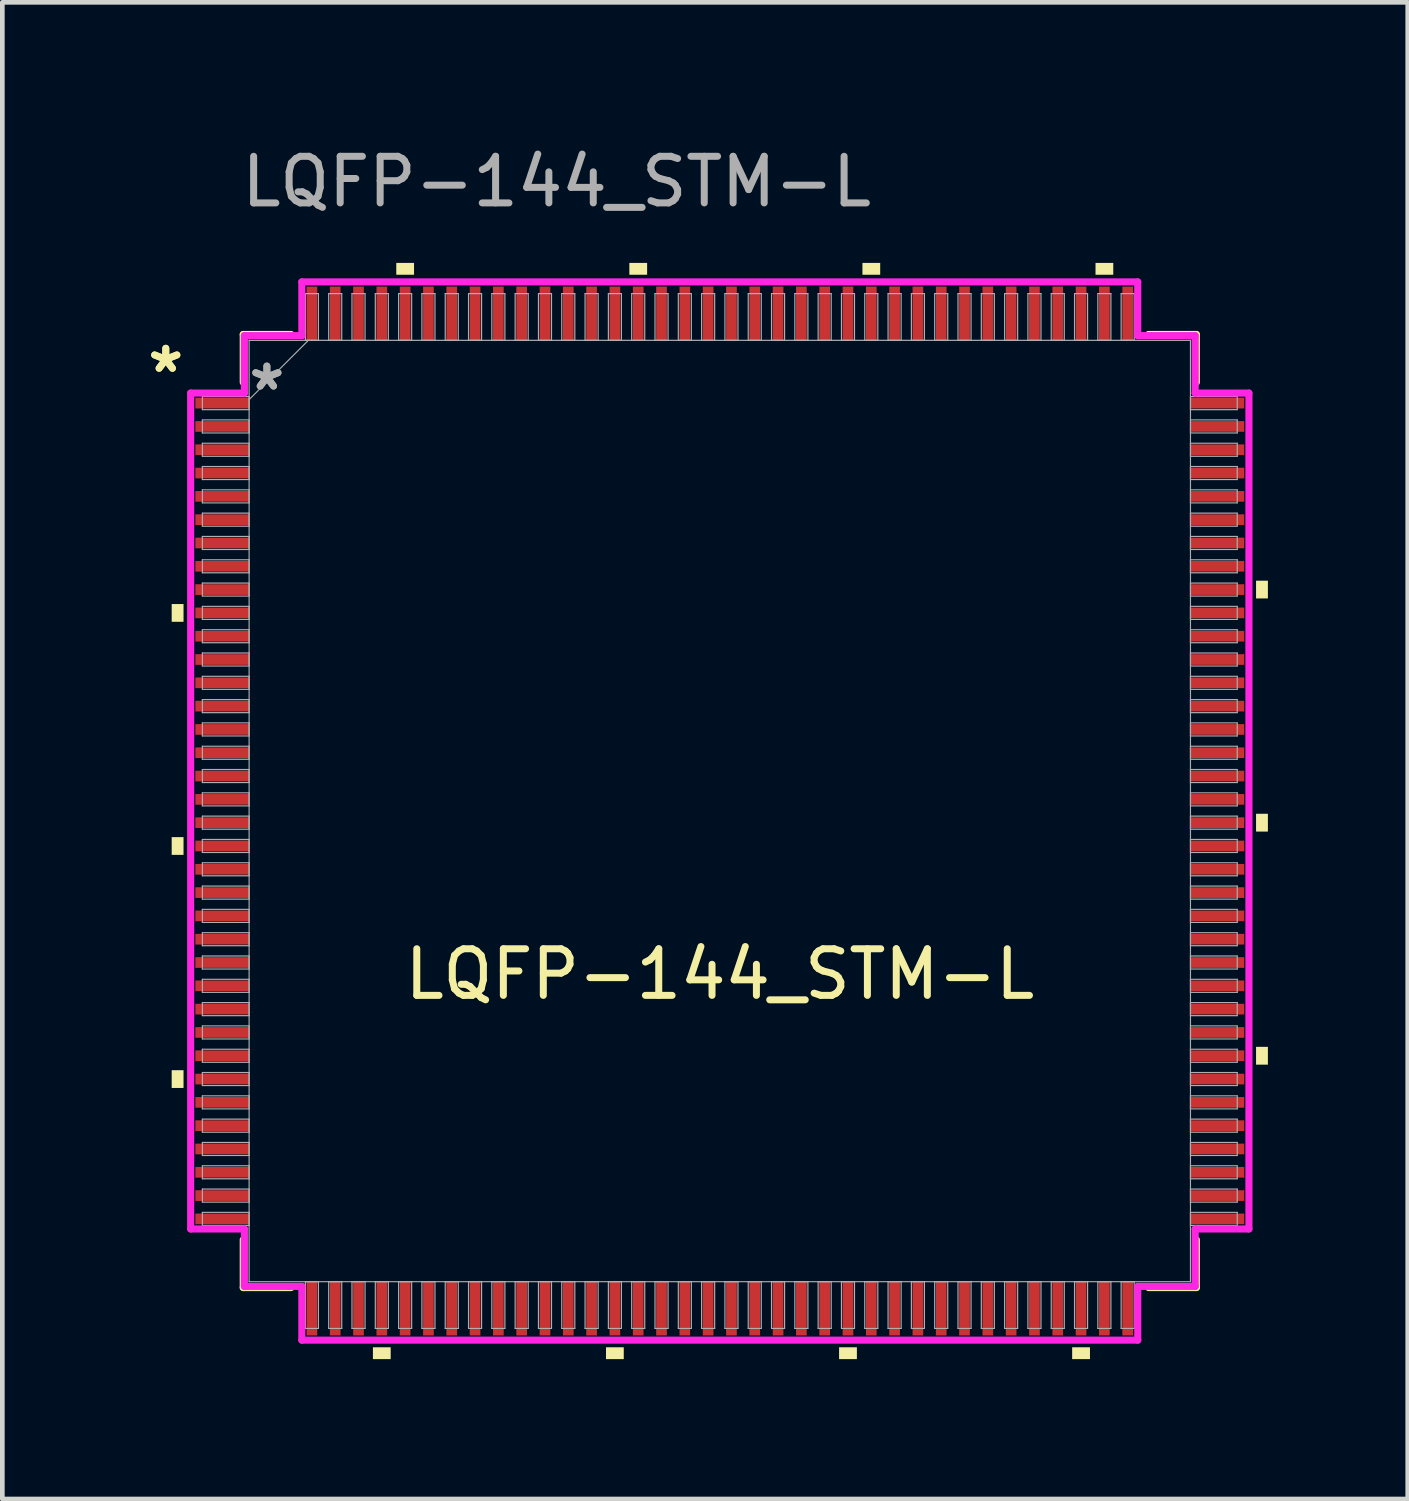
<source format=kicad_pcb>
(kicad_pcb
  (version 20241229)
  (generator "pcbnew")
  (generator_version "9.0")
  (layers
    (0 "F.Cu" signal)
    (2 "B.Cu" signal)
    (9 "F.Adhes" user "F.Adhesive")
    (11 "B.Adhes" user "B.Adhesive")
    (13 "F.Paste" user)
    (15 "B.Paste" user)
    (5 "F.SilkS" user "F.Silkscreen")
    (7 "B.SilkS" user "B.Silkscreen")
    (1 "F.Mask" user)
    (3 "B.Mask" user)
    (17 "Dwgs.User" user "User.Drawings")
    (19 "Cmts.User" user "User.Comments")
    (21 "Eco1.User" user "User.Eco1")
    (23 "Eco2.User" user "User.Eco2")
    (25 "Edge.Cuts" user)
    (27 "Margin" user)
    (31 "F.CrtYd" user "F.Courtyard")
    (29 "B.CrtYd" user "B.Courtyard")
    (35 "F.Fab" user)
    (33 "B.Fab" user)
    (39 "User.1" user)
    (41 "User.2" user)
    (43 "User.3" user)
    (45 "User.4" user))
  (footprint "LQFP-144_STM-L"
    (layer "F.Cu")
    (at 12.391 14.348)
    (property "Reference" "LQFP-144_STM-L" (at 0 3.5 0) (unlocked yes) (layer "F.SilkS") (effects (font (size 1 1) (thickness 0.15))))
    (attr smd)
    (fp_line (start -10.223 -10.223) (end -10.223 -9.197) (stroke (width 0.152) (type solid)) (layer "F.SilkS"))
    (fp_line (start -10.223 9.197) (end -10.223 10.223) (stroke (width 0.152) (type solid)) (layer "F.SilkS"))
    (fp_line (start -10.223 10.223) (end -9.197 10.223) (stroke (width 0.152) (type solid)) (layer "F.SilkS"))
    (fp_line (start -9.197 -10.223) (end -10.223 -10.223) (stroke (width 0.152) (type solid)) (layer "F.SilkS"))
    (fp_line (start 9.197 10.223) (end 10.223 10.223) (stroke (width 0.152) (type solid)) (layer "F.SilkS"))
    (fp_line (start 10.223 -10.223) (end 9.197 -10.223) (stroke (width 0.152) (type solid)) (layer "F.SilkS"))
    (fp_line (start 10.223 -9.197) (end 10.223 -10.223) (stroke (width 0.152) (type solid)) (layer "F.SilkS"))
    (fp_line (start 10.223 10.223) (end 10.223 9.197) (stroke (width 0.152) (type solid)) (layer "F.SilkS"))
    (fp_poly (pts (xy -11.758 -4.44) (xy -11.758 -4.059) (xy -11.504 -4.059) (xy -11.504 -4.44)) (stroke (width 0) (type solid)) (fill yes) (layer "F.SilkS"))
    (fp_poly (pts (xy -11.758 0.56) (xy -11.758 0.941) (xy -11.504 0.941) (xy -11.504 0.56)) (stroke (width 0) (type solid)) (fill yes) (layer "F.SilkS"))
    (fp_poly (pts (xy -11.758 5.56) (xy -11.758 5.941) (xy -11.504 5.941) (xy -11.504 5.56)) (stroke (width 0) (type solid)) (fill yes) (layer "F.SilkS"))
    (fp_poly (pts (xy -7.441 11.504) (xy -7.441 11.758) (xy -7.06 11.758) (xy -7.06 11.504)) (stroke (width 0) (type solid)) (fill yes) (layer "F.SilkS"))
    (fp_poly (pts (xy -6.94 -11.504) (xy -6.94 -11.758) (xy -6.559 -11.758) (xy -6.559 -11.504)) (stroke (width 0) (type solid)) (fill yes) (layer "F.SilkS"))
    (fp_poly (pts (xy -2.441 11.504) (xy -2.441 11.758) (xy -2.06 11.758) (xy -2.06 11.504)) (stroke (width 0) (type solid)) (fill yes) (layer "F.SilkS"))
    (fp_poly (pts (xy -1.94 -11.504) (xy -1.94 -11.758) (xy -1.559 -11.758) (xy -1.559 -11.504)) (stroke (width 0) (type solid)) (fill yes) (layer "F.SilkS"))
    (fp_poly (pts (xy 2.559 11.504) (xy 2.559 11.758) (xy 2.941 11.758) (xy 2.941 11.504)) (stroke (width 0) (type solid)) (fill yes) (layer "F.SilkS"))
    (fp_poly (pts (xy 3.06 -11.504) (xy 3.06 -11.758) (xy 3.441 -11.758) (xy 3.441 -11.504)) (stroke (width 0) (type solid)) (fill yes) (layer "F.SilkS"))
    (fp_poly (pts (xy 7.559 11.504) (xy 7.559 11.758) (xy 7.941 11.758) (xy 7.941 11.504)) (stroke (width 0) (type solid)) (fill yes) (layer "F.SilkS"))
    (fp_poly (pts (xy 8.06 -11.504) (xy 8.06 -11.758) (xy 8.441 -11.758) (xy 8.441 -11.504)) (stroke (width 0) (type solid)) (fill yes) (layer "F.SilkS"))
    (fp_poly (pts (xy 11.758 -4.941) (xy 11.758 -4.56) (xy 11.504 -4.56) (xy 11.504 -4.941)) (stroke (width 0) (type solid)) (fill yes) (layer "F.SilkS"))
    (fp_poly (pts (xy 11.758 0.059) (xy 11.758 0.441) (xy 11.504 0.441) (xy 11.504 0.059)) (stroke (width 0) (type solid)) (fill yes) (layer "F.SilkS"))
    (fp_poly (pts (xy 11.758 5.059) (xy 11.758 5.441) (xy 11.504 5.441) (xy 11.504 5.059)) (stroke (width 0) (type solid)) (fill yes) (layer "F.SilkS"))
    (fp_line (start -11.351 -8.966) (end -10.198 -8.966) (stroke (width 0.152) (type solid)) (layer "F.CrtYd"))
    (fp_line (start -11.351 8.966) (end -11.351 -8.966) (stroke (width 0.152) (type solid)) (layer "F.CrtYd"))
    (fp_line (start -10.198 -10.198) (end -8.966 -10.198) (stroke (width 0.152) (type solid)) (layer "F.CrtYd"))
    (fp_line (start -10.198 -8.966) (end -10.198 -10.198) (stroke (width 0.152) (type solid)) (layer "F.CrtYd"))
    (fp_line (start -10.198 8.966) (end -11.351 8.966) (stroke (width 0.152) (type solid)) (layer "F.CrtYd"))
    (fp_line (start -10.198 10.198) (end -10.198 8.966) (stroke (width 0.152) (type solid)) (layer "F.CrtYd"))
    (fp_line (start -10.198 10.198) (end -8.966 10.198) (stroke (width 0.152) (type solid)) (layer "F.CrtYd"))
    (fp_line (start -8.966 -11.351) (end 8.966 -11.351) (stroke (width 0.152) (type solid)) (layer "F.CrtYd"))
    (fp_line (start -8.966 -10.198) (end -8.966 -11.351) (stroke (width 0.152) (type solid)) (layer "F.CrtYd"))
    (fp_line (start -8.966 10.198) (end -8.966 11.351) (stroke (width 0.152) (type solid)) (layer "F.CrtYd"))
    (fp_line (start -8.966 11.351) (end 8.966 11.351) (stroke (width 0.152) (type solid)) (layer "F.CrtYd"))
    (fp_line (start 8.966 -11.351) (end 8.966 -10.198) (stroke (width 0.152) (type solid)) (layer "F.CrtYd"))
    (fp_line (start 8.966 -10.198) (end 10.198 -10.198) (stroke (width 0.152) (type solid)) (layer "F.CrtYd"))
    (fp_line (start 8.966 10.198) (end 10.198 10.198) (stroke (width 0.152) (type solid)) (layer "F.CrtYd"))
    (fp_line (start 8.966 11.351) (end 8.966 10.198) (stroke (width 0.152) (type solid)) (layer "F.CrtYd"))
    (fp_line (start 10.198 -8.966) (end 10.198 -10.198) (stroke (width 0.152) (type solid)) (layer "F.CrtYd"))
    (fp_line (start 10.198 8.966) (end 11.351 8.966) (stroke (width 0.152) (type solid)) (layer "F.CrtYd"))
    (fp_line (start 10.198 10.198) (end 10.198 8.966) (stroke (width 0.152) (type solid)) (layer "F.CrtYd"))
    (fp_line (start 11.351 -8.966) (end 10.198 -8.966) (stroke (width 0.152) (type solid)) (layer "F.CrtYd"))
    (fp_line (start 11.351 8.966) (end 11.351 -8.966) (stroke (width 0.152) (type solid)) (layer "F.CrtYd"))
    (fp_line (start -11.1 -8.89) (end -11.1 -8.61) (stroke (width 0.025) (type solid)) (layer "F.Fab"))
    (fp_line (start -11.1 -8.61) (end -10.097 -8.61) (stroke (width 0.025) (type solid)) (layer "F.Fab"))
    (fp_line (start -11.1 -8.39) (end -11.1 -8.11) (stroke (width 0.025) (type solid)) (layer "F.Fab"))
    (fp_line (start -11.1 -8.11) (end -10.097 -8.11) (stroke (width 0.025) (type solid)) (layer "F.Fab"))
    (fp_line (start -11.1 -7.89) (end -11.1 -7.61) (stroke (width 0.025) (type solid)) (layer "F.Fab"))
    (fp_line (start -11.1 -7.61) (end -10.097 -7.61) (stroke (width 0.025) (type solid)) (layer "F.Fab"))
    (fp_line (start -11.1 -7.39) (end -11.1 -7.11) (stroke (width 0.025) (type solid)) (layer "F.Fab"))
    (fp_line (start -11.1 -7.11) (end -10.097 -7.11) (stroke (width 0.025) (type solid)) (layer "F.Fab"))
    (fp_line (start -11.1 -6.89) (end -11.1 -6.61) (stroke (width 0.025) (type solid)) (layer "F.Fab"))
    (fp_line (start -11.1 -6.61) (end -10.097 -6.61) (stroke (width 0.025) (type solid)) (layer "F.Fab"))
    (fp_line (start -11.1 -6.39) (end -11.1 -6.11) (stroke (width 0.025) (type solid)) (layer "F.Fab"))
    (fp_line (start -11.1 -6.11) (end -10.097 -6.11) (stroke (width 0.025) (type solid)) (layer "F.Fab"))
    (fp_line (start -11.1 -5.89) (end -11.1 -5.61) (stroke (width 0.025) (type solid)) (layer "F.Fab"))
    (fp_line (start -11.1 -5.61) (end -10.097 -5.61) (stroke (width 0.025) (type solid)) (layer "F.Fab"))
    (fp_line (start -11.1 -5.39) (end -11.1 -5.11) (stroke (width 0.025) (type solid)) (layer "F.Fab"))
    (fp_line (start -11.1 -5.11) (end -10.097 -5.11) (stroke (width 0.025) (type solid)) (layer "F.Fab"))
    (fp_line (start -11.1 -4.89) (end -11.1 -4.61) (stroke (width 0.025) (type solid)) (layer "F.Fab"))
    (fp_line (start -11.1 -4.61) (end -10.097 -4.61) (stroke (width 0.025) (type solid)) (layer "F.Fab"))
    (fp_line (start -11.1 -4.39) (end -11.1 -4.11) (stroke (width 0.025) (type solid)) (layer "F.Fab"))
    (fp_line (start -11.1 -4.11) (end -10.097 -4.11) (stroke (width 0.025) (type solid)) (layer "F.Fab"))
    (fp_line (start -11.1 -3.89) (end -11.1 -3.61) (stroke (width 0.025) (type solid)) (layer "F.Fab"))
    (fp_line (start -11.1 -3.61) (end -10.097 -3.61) (stroke (width 0.025) (type solid)) (layer "F.Fab"))
    (fp_line (start -11.1 -3.39) (end -11.1 -3.11) (stroke (width 0.025) (type solid)) (layer "F.Fab"))
    (fp_line (start -11.1 -3.11) (end -10.097 -3.11) (stroke (width 0.025) (type solid)) (layer "F.Fab"))
    (fp_line (start -11.1 -2.89) (end -11.1 -2.61) (stroke (width 0.025) (type solid)) (layer "F.Fab"))
    (fp_line (start -11.1 -2.61) (end -10.097 -2.61) (stroke (width 0.025) (type solid)) (layer "F.Fab"))
    (fp_line (start -11.1 -2.39) (end -11.1 -2.11) (stroke (width 0.025) (type solid)) (layer "F.Fab"))
    (fp_line (start -11.1 -2.11) (end -10.097 -2.11) (stroke (width 0.025) (type solid)) (layer "F.Fab"))
    (fp_line (start -11.1 -1.89) (end -11.1 -1.61) (stroke (width 0.025) (type solid)) (layer "F.Fab"))
    (fp_line (start -11.1 -1.61) (end -10.097 -1.61) (stroke (width 0.025) (type solid)) (layer "F.Fab"))
    (fp_line (start -11.1 -1.39) (end -11.1 -1.11) (stroke (width 0.025) (type solid)) (layer "F.Fab"))
    (fp_line (start -11.1 -1.11) (end -10.097 -1.11) (stroke (width 0.025) (type solid)) (layer "F.Fab"))
    (fp_line (start -11.1 -0.89) (end -11.1 -0.61) (stroke (width 0.025) (type solid)) (layer "F.Fab"))
    (fp_line (start -11.1 -0.61) (end -10.097 -0.61) (stroke (width 0.025) (type solid)) (layer "F.Fab"))
    (fp_line (start -11.1 -0.39) (end -11.1 -0.11) (stroke (width 0.025) (type solid)) (layer "F.Fab"))
    (fp_line (start -11.1 -0.11) (end -10.097 -0.11) (stroke (width 0.025) (type solid)) (layer "F.Fab"))
    (fp_line (start -11.1 0.11) (end -11.1 0.39) (stroke (width 0.025) (type solid)) (layer "F.Fab"))
    (fp_line (start -11.1 0.39) (end -10.097 0.39) (stroke (width 0.025) (type solid)) (layer "F.Fab"))
    (fp_line (start -11.1 0.61) (end -11.1 0.89) (stroke (width 0.025) (type solid)) (layer "F.Fab"))
    (fp_line (start -11.1 0.89) (end -10.097 0.89) (stroke (width 0.025) (type solid)) (layer "F.Fab"))
    (fp_line (start -11.1 1.11) (end -11.1 1.39) (stroke (width 0.025) (type solid)) (layer "F.Fab"))
    (fp_line (start -11.1 1.39) (end -10.097 1.39) (stroke (width 0.025) (type solid)) (layer "F.Fab"))
    (fp_line (start -11.1 1.61) (end -11.1 1.89) (stroke (width 0.025) (type solid)) (layer "F.Fab"))
    (fp_line (start -11.1 1.89) (end -10.097 1.89) (stroke (width 0.025) (type solid)) (layer "F.Fab"))
    (fp_line (start -11.1 2.11) (end -11.1 2.39) (stroke (width 0.025) (type solid)) (layer "F.Fab"))
    (fp_line (start -11.1 2.39) (end -10.097 2.39) (stroke (width 0.025) (type solid)) (layer "F.Fab"))
    (fp_line (start -11.1 2.61) (end -11.1 2.89) (stroke (width 0.025) (type solid)) (layer "F.Fab"))
    (fp_line (start -11.1 2.89) (end -10.097 2.89) (stroke (width 0.025) (type solid)) (layer "F.Fab"))
    (fp_line (start -11.1 3.11) (end -11.1 3.39) (stroke (width 0.025) (type solid)) (layer "F.Fab"))
    (fp_line (start -11.1 3.39) (end -10.097 3.39) (stroke (width 0.025) (type solid)) (layer "F.Fab"))
    (fp_line (start -11.1 3.61) (end -11.1 3.89) (stroke (width 0.025) (type solid)) (layer "F.Fab"))
    (fp_line (start -11.1 3.89) (end -10.097 3.89) (stroke (width 0.025) (type solid)) (layer "F.Fab"))
    (fp_line (start -11.1 4.11) (end -11.1 4.39) (stroke (width 0.025) (type solid)) (layer "F.Fab"))
    (fp_line (start -11.1 4.39) (end -10.097 4.39) (stroke (width 0.025) (type solid)) (layer "F.Fab"))
    (fp_line (start -11.1 4.61) (end -11.1 4.89) (stroke (width 0.025) (type solid)) (layer "F.Fab"))
    (fp_line (start -11.1 4.89) (end -10.097 4.89) (stroke (width 0.025) (type solid)) (layer "F.Fab"))
    (fp_line (start -11.1 5.11) (end -11.1 5.39) (stroke (width 0.025) (type solid)) (layer "F.Fab"))
    (fp_line (start -11.1 5.39) (end -10.097 5.39) (stroke (width 0.025) (type solid)) (layer "F.Fab"))
    (fp_line (start -11.1 5.61) (end -11.1 5.89) (stroke (width 0.025) (type solid)) (layer "F.Fab"))
    (fp_line (start -11.1 5.89) (end -10.097 5.89) (stroke (width 0.025) (type solid)) (layer "F.Fab"))
    (fp_line (start -11.1 6.11) (end -11.1 6.39) (stroke (width 0.025) (type solid)) (layer "F.Fab"))
    (fp_line (start -11.1 6.39) (end -10.097 6.39) (stroke (width 0.025) (type solid)) (layer "F.Fab"))
    (fp_line (start -11.1 6.61) (end -11.1 6.89) (stroke (width 0.025) (type solid)) (layer "F.Fab"))
    (fp_line (start -11.1 6.89) (end -10.097 6.89) (stroke (width 0.025) (type solid)) (layer "F.Fab"))
    (fp_line (start -11.1 7.11) (end -11.1 7.39) (stroke (width 0.025) (type solid)) (layer "F.Fab"))
    (fp_line (start -11.1 7.39) (end -10.097 7.39) (stroke (width 0.025) (type solid)) (layer "F.Fab"))
    (fp_line (start -11.1 7.61) (end -11.1 7.89) (stroke (width 0.025) (type solid)) (layer "F.Fab"))
    (fp_line (start -11.1 7.89) (end -10.097 7.89) (stroke (width 0.025) (type solid)) (layer "F.Fab"))
    (fp_line (start -11.1 8.11) (end -11.1 8.39) (stroke (width 0.025) (type solid)) (layer "F.Fab"))
    (fp_line (start -11.1 8.39) (end -10.097 8.39) (stroke (width 0.025) (type solid)) (layer "F.Fab"))
    (fp_line (start -11.1 8.61) (end -11.1 8.89) (stroke (width 0.025) (type solid)) (layer "F.Fab"))
    (fp_line (start -11.1 8.89) (end -10.097 8.89) (stroke (width 0.025) (type solid)) (layer "F.Fab"))
    (fp_line (start -10.097 -10.097) (end -10.097 10.097) (stroke (width 0.025) (type solid)) (layer "F.Fab"))
    (fp_line (start -10.097 -8.89) (end -11.1 -8.89) (stroke (width 0.025) (type solid)) (layer "F.Fab"))
    (fp_line (start -10.097 -8.826) (end -8.826 -10.097) (stroke (width 0.025) (type solid)) (layer "F.Fab"))
    (fp_line (start -10.097 -8.61) (end -10.097 -8.89) (stroke (width 0.025) (type solid)) (layer "F.Fab"))
    (fp_line (start -10.097 -8.39) (end -11.1 -8.39) (stroke (width 0.025) (type solid)) (layer "F.Fab"))
    (fp_line (start -10.097 -8.11) (end -10.097 -8.39) (stroke (width 0.025) (type solid)) (layer "F.Fab"))
    (fp_line (start -10.097 -7.89) (end -11.1 -7.89) (stroke (width 0.025) (type solid)) (layer "F.Fab"))
    (fp_line (start -10.097 -7.61) (end -10.097 -7.89) (stroke (width 0.025) (type solid)) (layer "F.Fab"))
    (fp_line (start -10.097 -7.39) (end -11.1 -7.39) (stroke (width 0.025) (type solid)) (layer "F.Fab"))
    (fp_line (start -10.097 -7.11) (end -10.097 -7.39) (stroke (width 0.025) (type solid)) (layer "F.Fab"))
    (fp_line (start -10.097 -6.89) (end -11.1 -6.89) (stroke (width 0.025) (type solid)) (layer "F.Fab"))
    (fp_line (start -10.097 -6.61) (end -10.097 -6.89) (stroke (width 0.025) (type solid)) (layer "F.Fab"))
    (fp_line (start -10.097 -6.39) (end -11.1 -6.39) (stroke (width 0.025) (type solid)) (layer "F.Fab"))
    (fp_line (start -10.097 -6.11) (end -10.097 -6.39) (stroke (width 0.025) (type solid)) (layer "F.Fab"))
    (fp_line (start -10.097 -5.89) (end -11.1 -5.89) (stroke (width 0.025) (type solid)) (layer "F.Fab"))
    (fp_line (start -10.097 -5.61) (end -10.097 -5.89) (stroke (width 0.025) (type solid)) (layer "F.Fab"))
    (fp_line (start -10.097 -5.39) (end -11.1 -5.39) (stroke (width 0.025) (type solid)) (layer "F.Fab"))
    (fp_line (start -10.097 -5.11) (end -10.097 -5.39) (stroke (width 0.025) (type solid)) (layer "F.Fab"))
    (fp_line (start -10.097 -4.89) (end -11.1 -4.89) (stroke (width 0.025) (type solid)) (layer "F.Fab"))
    (fp_line (start -10.097 -4.61) (end -10.097 -4.89) (stroke (width 0.025) (type solid)) (layer "F.Fab"))
    (fp_line (start -10.097 -4.39) (end -11.1 -4.39) (stroke (width 0.025) (type solid)) (layer "F.Fab"))
    (fp_line (start -10.097 -4.11) (end -10.097 -4.39) (stroke (width 0.025) (type solid)) (layer "F.Fab"))
    (fp_line (start -10.097 -3.89) (end -11.1 -3.89) (stroke (width 0.025) (type solid)) (layer "F.Fab"))
    (fp_line (start -10.097 -3.61) (end -10.097 -3.89) (stroke (width 0.025) (type solid)) (layer "F.Fab"))
    (fp_line (start -10.097 -3.39) (end -11.1 -3.39) (stroke (width 0.025) (type solid)) (layer "F.Fab"))
    (fp_line (start -10.097 -3.11) (end -10.097 -3.39) (stroke (width 0.025) (type solid)) (layer "F.Fab"))
    (fp_line (start -10.097 -2.89) (end -11.1 -2.89) (stroke (width 0.025) (type solid)) (layer "F.Fab"))
    (fp_line (start -10.097 -2.61) (end -10.097 -2.89) (stroke (width 0.025) (type solid)) (layer "F.Fab"))
    (fp_line (start -10.097 -2.39) (end -11.1 -2.39) (stroke (width 0.025) (type solid)) (layer "F.Fab"))
    (fp_line (start -10.097 -2.11) (end -10.097 -2.39) (stroke (width 0.025) (type solid)) (layer "F.Fab"))
    (fp_line (start -10.097 -1.89) (end -11.1 -1.89) (stroke (width 0.025) (type solid)) (layer "F.Fab"))
    (fp_line (start -10.097 -1.61) (end -10.097 -1.89) (stroke (width 0.025) (type solid)) (layer "F.Fab"))
    (fp_line (start -10.097 -1.39) (end -11.1 -1.39) (stroke (width 0.025) (type solid)) (layer "F.Fab"))
    (fp_line (start -10.097 -1.11) (end -10.097 -1.39) (stroke (width 0.025) (type solid)) (layer "F.Fab"))
    (fp_line (start -10.097 -0.89) (end -11.1 -0.89) (stroke (width 0.025) (type solid)) (layer "F.Fab"))
    (fp_line (start -10.097 -0.61) (end -10.097 -0.89) (stroke (width 0.025) (type solid)) (layer "F.Fab"))
    (fp_line (start -10.097 -0.39) (end -11.1 -0.39) (stroke (width 0.025) (type solid)) (layer "F.Fab"))
    (fp_line (start -10.097 -0.11) (end -10.097 -0.39) (stroke (width 0.025) (type solid)) (layer "F.Fab"))
    (fp_line (start -10.097 0.11) (end -11.1 0.11) (stroke (width 0.025) (type solid)) (layer "F.Fab"))
    (fp_line (start -10.097 0.39) (end -10.097 0.11) (stroke (width 0.025) (type solid)) (layer "F.Fab"))
    (fp_line (start -10.097 0.61) (end -11.1 0.61) (stroke (width 0.025) (type solid)) (layer "F.Fab"))
    (fp_line (start -10.097 0.89) (end -10.097 0.61) (stroke (width 0.025) (type solid)) (layer "F.Fab"))
    (fp_line (start -10.097 1.11) (end -11.1 1.11) (stroke (width 0.025) (type solid)) (layer "F.Fab"))
    (fp_line (start -10.097 1.39) (end -10.097 1.11) (stroke (width 0.025) (type solid)) (layer "F.Fab"))
    (fp_line (start -10.097 1.61) (end -11.1 1.61) (stroke (width 0.025) (type solid)) (layer "F.Fab"))
    (fp_line (start -10.097 1.89) (end -10.097 1.61) (stroke (width 0.025) (type solid)) (layer "F.Fab"))
    (fp_line (start -10.097 2.11) (end -11.1 2.11) (stroke (width 0.025) (type solid)) (layer "F.Fab"))
    (fp_line (start -10.097 2.39) (end -10.097 2.11) (stroke (width 0.025) (type solid)) (layer "F.Fab"))
    (fp_line (start -10.097 2.61) (end -11.1 2.61) (stroke (width 0.025) (type solid)) (layer "F.Fab"))
    (fp_line (start -10.097 2.89) (end -10.097 2.61) (stroke (width 0.025) (type solid)) (layer "F.Fab"))
    (fp_line (start -10.097 3.11) (end -11.1 3.11) (stroke (width 0.025) (type solid)) (layer "F.Fab"))
    (fp_line (start -10.097 3.39) (end -10.097 3.11) (stroke (width 0.025) (type solid)) (layer "F.Fab"))
    (fp_line (start -10.097 3.61) (end -11.1 3.61) (stroke (width 0.025) (type solid)) (layer "F.Fab"))
    (fp_line (start -10.097 3.89) (end -10.097 3.61) (stroke (width 0.025) (type solid)) (layer "F.Fab"))
    (fp_line (start -10.097 4.11) (end -11.1 4.11) (stroke (width 0.025) (type solid)) (layer "F.Fab"))
    (fp_line (start -10.097 4.39) (end -10.097 4.11) (stroke (width 0.025) (type solid)) (layer "F.Fab"))
    (fp_line (start -10.097 4.61) (end -11.1 4.61) (stroke (width 0.025) (type solid)) (layer "F.Fab"))
    (fp_line (start -10.097 4.89) (end -10.097 4.61) (stroke (width 0.025) (type solid)) (layer "F.Fab"))
    (fp_line (start -10.097 5.11) (end -11.1 5.11) (stroke (width 0.025) (type solid)) (layer "F.Fab"))
    (fp_line (start -10.097 5.39) (end -10.097 5.11) (stroke (width 0.025) (type solid)) (layer "F.Fab"))
    (fp_line (start -10.097 5.61) (end -11.1 5.61) (stroke (width 0.025) (type solid)) (layer "F.Fab"))
    (fp_line (start -10.097 5.89) (end -10.097 5.61) (stroke (width 0.025) (type solid)) (layer "F.Fab"))
    (fp_line (start -10.097 6.11) (end -11.1 6.11) (stroke (width 0.025) (type solid)) (layer "F.Fab"))
    (fp_line (start -10.097 6.39) (end -10.097 6.11) (stroke (width 0.025) (type solid)) (layer "F.Fab"))
    (fp_line (start -10.097 6.61) (end -11.1 6.61) (stroke (width 0.025) (type solid)) (layer "F.Fab"))
    (fp_line (start -10.097 6.89) (end -10.097 6.61) (stroke (width 0.025) (type solid)) (layer "F.Fab"))
    (fp_line (start -10.097 7.11) (end -11.1 7.11) (stroke (width 0.025) (type solid)) (layer "F.Fab"))
    (fp_line (start -10.097 7.39) (end -10.097 7.11) (stroke (width 0.025) (type solid)) (layer "F.Fab"))
    (fp_line (start -10.097 7.61) (end -11.1 7.61) (stroke (width 0.025) (type solid)) (layer "F.Fab"))
    (fp_line (start -10.097 7.89) (end -10.097 7.61) (stroke (width 0.025) (type solid)) (layer "F.Fab"))
    (fp_line (start -10.097 8.11) (end -11.1 8.11) (stroke (width 0.025) (type solid)) (layer "F.Fab"))
    (fp_line (start -10.097 8.39) (end -10.097 8.11) (stroke (width 0.025) (type solid)) (layer "F.Fab"))
    (fp_line (start -10.097 8.61) (end -11.1 8.61) (stroke (width 0.025) (type solid)) (layer "F.Fab"))
    (fp_line (start -10.097 8.89) (end -10.097 8.61) (stroke (width 0.025) (type solid)) (layer "F.Fab"))
    (fp_line (start -10.097 10.097) (end 10.097 10.097) (stroke (width 0.025) (type solid)) (layer "F.Fab"))
    (fp_line (start -8.89 -11.1) (end -8.89 -10.097) (stroke (width 0.025) (type solid)) (layer "F.Fab"))
    (fp_line (start -8.89 -10.097) (end -8.61 -10.097) (stroke (width 0.025) (type solid)) (layer "F.Fab"))
    (fp_line (start -8.89 10.097) (end -8.89 11.1) (stroke (width 0.025) (type solid)) (layer "F.Fab"))
    (fp_line (start -8.89 11.1) (end -8.61 11.1) (stroke (width 0.025) (type solid)) (layer "F.Fab"))
    (fp_line (start -8.61 -11.1) (end -8.89 -11.1) (stroke (width 0.025) (type solid)) (layer "F.Fab"))
    (fp_line (start -8.61 -10.097) (end -8.61 -11.1) (stroke (width 0.025) (type solid)) (layer "F.Fab"))
    (fp_line (start -8.61 10.097) (end -8.89 10.097) (stroke (width 0.025) (type solid)) (layer "F.Fab"))
    (fp_line (start -8.61 11.1) (end -8.61 10.097) (stroke (width 0.025) (type solid)) (layer "F.Fab"))
    (fp_line (start -8.39 -11.1) (end -8.39 -10.097) (stroke (width 0.025) (type solid)) (layer "F.Fab"))
    (fp_line (start -8.39 -10.097) (end -8.11 -10.097) (stroke (width 0.025) (type solid)) (layer "F.Fab"))
    (fp_line (start -8.39 10.097) (end -8.39 11.1) (stroke (width 0.025) (type solid)) (layer "F.Fab"))
    (fp_line (start -8.39 11.1) (end -8.11 11.1) (stroke (width 0.025) (type solid)) (layer "F.Fab"))
    (fp_line (start -8.11 -11.1) (end -8.39 -11.1) (stroke (width 0.025) (type solid)) (layer "F.Fab"))
    (fp_line (start -8.11 -10.097) (end -8.11 -11.1) (stroke (width 0.025) (type solid)) (layer "F.Fab"))
    (fp_line (start -8.11 10.097) (end -8.39 10.097) (stroke (width 0.025) (type solid)) (layer "F.Fab"))
    (fp_line (start -8.11 11.1) (end -8.11 10.097) (stroke (width 0.025) (type solid)) (layer "F.Fab"))
    (fp_line (start -7.89 -11.1) (end -7.89 -10.097) (stroke (width 0.025) (type solid)) (layer "F.Fab"))
    (fp_line (start -7.89 -10.097) (end -7.61 -10.097) (stroke (width 0.025) (type solid)) (layer "F.Fab"))
    (fp_line (start -7.89 10.097) (end -7.89 11.1) (stroke (width 0.025) (type solid)) (layer "F.Fab"))
    (fp_line (start -7.89 11.1) (end -7.61 11.1) (stroke (width 0.025) (type solid)) (layer "F.Fab"))
    (fp_line (start -7.61 -11.1) (end -7.89 -11.1) (stroke (width 0.025) (type solid)) (layer "F.Fab"))
    (fp_line (start -7.61 -10.097) (end -7.61 -11.1) (stroke (width 0.025) (type solid)) (layer "F.Fab"))
    (fp_line (start -7.61 10.097) (end -7.89 10.097) (stroke (width 0.025) (type solid)) (layer "F.Fab"))
    (fp_line (start -7.61 11.1) (end -7.61 10.097) (stroke (width 0.025) (type solid)) (layer "F.Fab"))
    (fp_line (start -7.39 -11.1) (end -7.39 -10.097) (stroke (width 0.025) (type solid)) (layer "F.Fab"))
    (fp_line (start -7.39 -10.097) (end -7.11 -10.097) (stroke (width 0.025) (type solid)) (layer "F.Fab"))
    (fp_line (start -7.39 10.097) (end -7.39 11.1) (stroke (width 0.025) (type solid)) (layer "F.Fab"))
    (fp_line (start -7.39 11.1) (end -7.11 11.1) (stroke (width 0.025) (type solid)) (layer "F.Fab"))
    (fp_line (start -7.11 -11.1) (end -7.39 -11.1) (stroke (width 0.025) (type solid)) (layer "F.Fab"))
    (fp_line (start -7.11 -10.097) (end -7.11 -11.1) (stroke (width 0.025) (type solid)) (layer "F.Fab"))
    (fp_line (start -7.11 10.097) (end -7.39 10.097) (stroke (width 0.025) (type solid)) (layer "F.Fab"))
    (fp_line (start -7.11 11.1) (end -7.11 10.097) (stroke (width 0.025) (type solid)) (layer "F.Fab"))
    (fp_line (start -6.89 -11.1) (end -6.89 -10.097) (stroke (width 0.025) (type solid)) (layer "F.Fab"))
    (fp_line (start -6.89 -10.097) (end -6.61 -10.097) (stroke (width 0.025) (type solid)) (layer "F.Fab"))
    (fp_line (start -6.89 10.097) (end -6.89 11.1) (stroke (width 0.025) (type solid)) (layer "F.Fab"))
    (fp_line (start -6.89 11.1) (end -6.61 11.1) (stroke (width 0.025) (type solid)) (layer "F.Fab"))
    (fp_line (start -6.61 -11.1) (end -6.89 -11.1) (stroke (width 0.025) (type solid)) (layer "F.Fab"))
    (fp_line (start -6.61 -10.097) (end -6.61 -11.1) (stroke (width 0.025) (type solid)) (layer "F.Fab"))
    (fp_line (start -6.61 10.097) (end -6.89 10.097) (stroke (width 0.025) (type solid)) (layer "F.Fab"))
    (fp_line (start -6.61 11.1) (end -6.61 10.097) (stroke (width 0.025) (type solid)) (layer "F.Fab"))
    (fp_line (start -6.39 -11.1) (end -6.39 -10.097) (stroke (width 0.025) (type solid)) (layer "F.Fab"))
    (fp_line (start -6.39 -10.097) (end -6.11 -10.097) (stroke (width 0.025) (type solid)) (layer "F.Fab"))
    (fp_line (start -6.39 10.097) (end -6.39 11.1) (stroke (width 0.025) (type solid)) (layer "F.Fab"))
    (fp_line (start -6.39 11.1) (end -6.11 11.1) (stroke (width 0.025) (type solid)) (layer "F.Fab"))
    (fp_line (start -6.11 -11.1) (end -6.39 -11.1) (stroke (width 0.025) (type solid)) (layer "F.Fab"))
    (fp_line (start -6.11 -10.097) (end -6.11 -11.1) (stroke (width 0.025) (type solid)) (layer "F.Fab"))
    (fp_line (start -6.11 10.097) (end -6.39 10.097) (stroke (width 0.025) (type solid)) (layer "F.Fab"))
    (fp_line (start -6.11 11.1) (end -6.11 10.097) (stroke (width 0.025) (type solid)) (layer "F.Fab"))
    (fp_line (start -5.89 -11.1) (end -5.89 -10.097) (stroke (width 0.025) (type solid)) (layer "F.Fab"))
    (fp_line (start -5.89 -10.097) (end -5.61 -10.097) (stroke (width 0.025) (type solid)) (layer "F.Fab"))
    (fp_line (start -5.89 10.097) (end -5.89 11.1) (stroke (width 0.025) (type solid)) (layer "F.Fab"))
    (fp_line (start -5.89 11.1) (end -5.61 11.1) (stroke (width 0.025) (type solid)) (layer "F.Fab"))
    (fp_line (start -5.61 -11.1) (end -5.89 -11.1) (stroke (width 0.025) (type solid)) (layer "F.Fab"))
    (fp_line (start -5.61 -10.097) (end -5.61 -11.1) (stroke (width 0.025) (type solid)) (layer "F.Fab"))
    (fp_line (start -5.61 10.097) (end -5.89 10.097) (stroke (width 0.025) (type solid)) (layer "F.Fab"))
    (fp_line (start -5.61 11.1) (end -5.61 10.097) (stroke (width 0.025) (type solid)) (layer "F.Fab"))
    (fp_line (start -5.39 -11.1) (end -5.39 -10.097) (stroke (width 0.025) (type solid)) (layer "F.Fab"))
    (fp_line (start -5.39 -10.097) (end -5.11 -10.097) (stroke (width 0.025) (type solid)) (layer "F.Fab"))
    (fp_line (start -5.39 10.097) (end -5.39 11.1) (stroke (width 0.025) (type solid)) (layer "F.Fab"))
    (fp_line (start -5.39 11.1) (end -5.11 11.1) (stroke (width 0.025) (type solid)) (layer "F.Fab"))
    (fp_line (start -5.11 -11.1) (end -5.39 -11.1) (stroke (width 0.025) (type solid)) (layer "F.Fab"))
    (fp_line (start -5.11 -10.097) (end -5.11 -11.1) (stroke (width 0.025) (type solid)) (layer "F.Fab"))
    (fp_line (start -5.11 10.097) (end -5.39 10.097) (stroke (width 0.025) (type solid)) (layer "F.Fab"))
    (fp_line (start -5.11 11.1) (end -5.11 10.097) (stroke (width 0.025) (type solid)) (layer "F.Fab"))
    (fp_line (start -4.89 -11.1) (end -4.89 -10.097) (stroke (width 0.025) (type solid)) (layer "F.Fab"))
    (fp_line (start -4.89 -10.097) (end -4.61 -10.097) (stroke (width 0.025) (type solid)) (layer "F.Fab"))
    (fp_line (start -4.89 10.097) (end -4.89 11.1) (stroke (width 0.025) (type solid)) (layer "F.Fab"))
    (fp_line (start -4.89 11.1) (end -4.61 11.1) (stroke (width 0.025) (type solid)) (layer "F.Fab"))
    (fp_line (start -4.61 -11.1) (end -4.89 -11.1) (stroke (width 0.025) (type solid)) (layer "F.Fab"))
    (fp_line (start -4.61 -10.097) (end -4.61 -11.1) (stroke (width 0.025) (type solid)) (layer "F.Fab"))
    (fp_line (start -4.61 10.097) (end -4.89 10.097) (stroke (width 0.025) (type solid)) (layer "F.Fab"))
    (fp_line (start -4.61 11.1) (end -4.61 10.097) (stroke (width 0.025) (type solid)) (layer "F.Fab"))
    (fp_line (start -4.39 -11.1) (end -4.39 -10.097) (stroke (width 0.025) (type solid)) (layer "F.Fab"))
    (fp_line (start -4.39 -10.097) (end -4.11 -10.097) (stroke (width 0.025) (type solid)) (layer "F.Fab"))
    (fp_line (start -4.39 10.097) (end -4.39 11.1) (stroke (width 0.025) (type solid)) (layer "F.Fab"))
    (fp_line (start -4.39 11.1) (end -4.11 11.1) (stroke (width 0.025) (type solid)) (layer "F.Fab"))
    (fp_line (start -4.11 -11.1) (end -4.39 -11.1) (stroke (width 0.025) (type solid)) (layer "F.Fab"))
    (fp_line (start -4.11 -10.097) (end -4.11 -11.1) (stroke (width 0.025) (type solid)) (layer "F.Fab"))
    (fp_line (start -4.11 10.097) (end -4.39 10.097) (stroke (width 0.025) (type solid)) (layer "F.Fab"))
    (fp_line (start -4.11 11.1) (end -4.11 10.097) (stroke (width 0.025) (type solid)) (layer "F.Fab"))
    (fp_line (start -3.89 -11.1) (end -3.89 -10.097) (stroke (width 0.025) (type solid)) (layer "F.Fab"))
    (fp_line (start -3.89 -10.097) (end -3.61 -10.097) (stroke (width 0.025) (type solid)) (layer "F.Fab"))
    (fp_line (start -3.89 10.097) (end -3.89 11.1) (stroke (width 0.025) (type solid)) (layer "F.Fab"))
    (fp_line (start -3.89 11.1) (end -3.61 11.1) (stroke (width 0.025) (type solid)) (layer "F.Fab"))
    (fp_line (start -3.61 -11.1) (end -3.89 -11.1) (stroke (width 0.025) (type solid)) (layer "F.Fab"))
    (fp_line (start -3.61 -10.097) (end -3.61 -11.1) (stroke (width 0.025) (type solid)) (layer "F.Fab"))
    (fp_line (start -3.61 10.097) (end -3.89 10.097) (stroke (width 0.025) (type solid)) (layer "F.Fab"))
    (fp_line (start -3.61 11.1) (end -3.61 10.097) (stroke (width 0.025) (type solid)) (layer "F.Fab"))
    (fp_line (start -3.39 -11.1) (end -3.39 -10.097) (stroke (width 0.025) (type solid)) (layer "F.Fab"))
    (fp_line (start -3.39 -10.097) (end -3.11 -10.097) (stroke (width 0.025) (type solid)) (layer "F.Fab"))
    (fp_line (start -3.39 10.097) (end -3.39 11.1) (stroke (width 0.025) (type solid)) (layer "F.Fab"))
    (fp_line (start -3.39 11.1) (end -3.11 11.1) (stroke (width 0.025) (type solid)) (layer "F.Fab"))
    (fp_line (start -3.11 -11.1) (end -3.39 -11.1) (stroke (width 0.025) (type solid)) (layer "F.Fab"))
    (fp_line (start -3.11 -10.097) (end -3.11 -11.1) (stroke (width 0.025) (type solid)) (layer "F.Fab"))
    (fp_line (start -3.11 10.097) (end -3.39 10.097) (stroke (width 0.025) (type solid)) (layer "F.Fab"))
    (fp_line (start -3.11 11.1) (end -3.11 10.097) (stroke (width 0.025) (type solid)) (layer "F.Fab"))
    (fp_line (start -2.89 -11.1) (end -2.89 -10.097) (stroke (width 0.025) (type solid)) (layer "F.Fab"))
    (fp_line (start -2.89 -10.097) (end -2.61 -10.097) (stroke (width 0.025) (type solid)) (layer "F.Fab"))
    (fp_line (start -2.89 10.097) (end -2.89 11.1) (stroke (width 0.025) (type solid)) (layer "F.Fab"))
    (fp_line (start -2.89 11.1) (end -2.61 11.1) (stroke (width 0.025) (type solid)) (layer "F.Fab"))
    (fp_line (start -2.61 -11.1) (end -2.89 -11.1) (stroke (width 0.025) (type solid)) (layer "F.Fab"))
    (fp_line (start -2.61 -10.097) (end -2.61 -11.1) (stroke (width 0.025) (type solid)) (layer "F.Fab"))
    (fp_line (start -2.61 10.097) (end -2.89 10.097) (stroke (width 0.025) (type solid)) (layer "F.Fab"))
    (fp_line (start -2.61 11.1) (end -2.61 10.097) (stroke (width 0.025) (type solid)) (layer "F.Fab"))
    (fp_line (start -2.39 -11.1) (end -2.39 -10.097) (stroke (width 0.025) (type solid)) (layer "F.Fab"))
    (fp_line (start -2.39 -10.097) (end -2.11 -10.097) (stroke (width 0.025) (type solid)) (layer "F.Fab"))
    (fp_line (start -2.39 10.097) (end -2.39 11.1) (stroke (width 0.025) (type solid)) (layer "F.Fab"))
    (fp_line (start -2.39 11.1) (end -2.11 11.1) (stroke (width 0.025) (type solid)) (layer "F.Fab"))
    (fp_line (start -2.11 -11.1) (end -2.39 -11.1) (stroke (width 0.025) (type solid)) (layer "F.Fab"))
    (fp_line (start -2.11 -10.097) (end -2.11 -11.1) (stroke (width 0.025) (type solid)) (layer "F.Fab"))
    (fp_line (start -2.11 10.097) (end -2.39 10.097) (stroke (width 0.025) (type solid)) (layer "F.Fab"))
    (fp_line (start -2.11 11.1) (end -2.11 10.097) (stroke (width 0.025) (type solid)) (layer "F.Fab"))
    (fp_line (start -1.89 -11.1) (end -1.89 -10.097) (stroke (width 0.025) (type solid)) (layer "F.Fab"))
    (fp_line (start -1.89 -10.097) (end -1.61 -10.097) (stroke (width 0.025) (type solid)) (layer "F.Fab"))
    (fp_line (start -1.89 10.097) (end -1.89 11.1) (stroke (width 0.025) (type solid)) (layer "F.Fab"))
    (fp_line (start -1.89 11.1) (end -1.61 11.1) (stroke (width 0.025) (type solid)) (layer "F.Fab"))
    (fp_line (start -1.61 -11.1) (end -1.89 -11.1) (stroke (width 0.025) (type solid)) (layer "F.Fab"))
    (fp_line (start -1.61 -10.097) (end -1.61 -11.1) (stroke (width 0.025) (type solid)) (layer "F.Fab"))
    (fp_line (start -1.61 10.097) (end -1.89 10.097) (stroke (width 0.025) (type solid)) (layer "F.Fab"))
    (fp_line (start -1.61 11.1) (end -1.61 10.097) (stroke (width 0.025) (type solid)) (layer "F.Fab"))
    (fp_line (start -1.39 -11.1) (end -1.39 -10.097) (stroke (width 0.025) (type solid)) (layer "F.Fab"))
    (fp_line (start -1.39 -10.097) (end -1.11 -10.097) (stroke (width 0.025) (type solid)) (layer "F.Fab"))
    (fp_line (start -1.39 10.097) (end -1.39 11.1) (stroke (width 0.025) (type solid)) (layer "F.Fab"))
    (fp_line (start -1.39 11.1) (end -1.11 11.1) (stroke (width 0.025) (type solid)) (layer "F.Fab"))
    (fp_line (start -1.11 -11.1) (end -1.39 -11.1) (stroke (width 0.025) (type solid)) (layer "F.Fab"))
    (fp_line (start -1.11 -10.097) (end -1.11 -11.1) (stroke (width 0.025) (type solid)) (layer "F.Fab"))
    (fp_line (start -1.11 10.097) (end -1.39 10.097) (stroke (width 0.025) (type solid)) (layer "F.Fab"))
    (fp_line (start -1.11 11.1) (end -1.11 10.097) (stroke (width 0.025) (type solid)) (layer "F.Fab"))
    (fp_line (start -0.89 -11.1) (end -0.89 -10.097) (stroke (width 0.025) (type solid)) (layer "F.Fab"))
    (fp_line (start -0.89 -10.097) (end -0.61 -10.097) (stroke (width 0.025) (type solid)) (layer "F.Fab"))
    (fp_line (start -0.89 10.097) (end -0.89 11.1) (stroke (width 0.025) (type solid)) (layer "F.Fab"))
    (fp_line (start -0.89 11.1) (end -0.61 11.1) (stroke (width 0.025) (type solid)) (layer "F.Fab"))
    (fp_line (start -0.61 -11.1) (end -0.89 -11.1) (stroke (width 0.025) (type solid)) (layer "F.Fab"))
    (fp_line (start -0.61 -10.097) (end -0.61 -11.1) (stroke (width 0.025) (type solid)) (layer "F.Fab"))
    (fp_line (start -0.61 10.097) (end -0.89 10.097) (stroke (width 0.025) (type solid)) (layer "F.Fab"))
    (fp_line (start -0.61 11.1) (end -0.61 10.097) (stroke (width 0.025) (type solid)) (layer "F.Fab"))
    (fp_line (start -0.39 -11.1) (end -0.39 -10.097) (stroke (width 0.025) (type solid)) (layer "F.Fab"))
    (fp_line (start -0.39 -10.097) (end -0.11 -10.097) (stroke (width 0.025) (type solid)) (layer "F.Fab"))
    (fp_line (start -0.39 10.097) (end -0.39 11.1) (stroke (width 0.025) (type solid)) (layer "F.Fab"))
    (fp_line (start -0.39 11.1) (end -0.11 11.1) (stroke (width 0.025) (type solid)) (layer "F.Fab"))
    (fp_line (start -0.11 -11.1) (end -0.39 -11.1) (stroke (width 0.025) (type solid)) (layer "F.Fab"))
    (fp_line (start -0.11 -10.097) (end -0.11 -11.1) (stroke (width 0.025) (type solid)) (layer "F.Fab"))
    (fp_line (start -0.11 10.097) (end -0.39 10.097) (stroke (width 0.025) (type solid)) (layer "F.Fab"))
    (fp_line (start -0.11 11.1) (end -0.11 10.097) (stroke (width 0.025) (type solid)) (layer "F.Fab"))
    (fp_line (start 0.11 -11.1) (end 0.11 -10.097) (stroke (width 0.025) (type solid)) (layer "F.Fab"))
    (fp_line (start 0.11 -10.097) (end 0.39 -10.097) (stroke (width 0.025) (type solid)) (layer "F.Fab"))
    (fp_line (start 0.11 10.097) (end 0.11 11.1) (stroke (width 0.025) (type solid)) (layer "F.Fab"))
    (fp_line (start 0.11 11.1) (end 0.39 11.1) (stroke (width 0.025) (type solid)) (layer "F.Fab"))
    (fp_line (start 0.39 -11.1) (end 0.11 -11.1) (stroke (width 0.025) (type solid)) (layer "F.Fab"))
    (fp_line (start 0.39 -10.097) (end 0.39 -11.1) (stroke (width 0.025) (type solid)) (layer "F.Fab"))
    (fp_line (start 0.39 10.097) (end 0.11 10.097) (stroke (width 0.025) (type solid)) (layer "F.Fab"))
    (fp_line (start 0.39 11.1) (end 0.39 10.097) (stroke (width 0.025) (type solid)) (layer "F.Fab"))
    (fp_line (start 0.61 -11.1) (end 0.61 -10.097) (stroke (width 0.025) (type solid)) (layer "F.Fab"))
    (fp_line (start 0.61 -10.097) (end 0.89 -10.097) (stroke (width 0.025) (type solid)) (layer "F.Fab"))
    (fp_line (start 0.61 10.097) (end 0.61 11.1) (stroke (width 0.025) (type solid)) (layer "F.Fab"))
    (fp_line (start 0.61 11.1) (end 0.89 11.1) (stroke (width 0.025) (type solid)) (layer "F.Fab"))
    (fp_line (start 0.89 -11.1) (end 0.61 -11.1) (stroke (width 0.025) (type solid)) (layer "F.Fab"))
    (fp_line (start 0.89 -10.097) (end 0.89 -11.1) (stroke (width 0.025) (type solid)) (layer "F.Fab"))
    (fp_line (start 0.89 10.097) (end 0.61 10.097) (stroke (width 0.025) (type solid)) (layer "F.Fab"))
    (fp_line (start 0.89 11.1) (end 0.89 10.097) (stroke (width 0.025) (type solid)) (layer "F.Fab"))
    (fp_line (start 1.11 -11.1) (end 1.11 -10.097) (stroke (width 0.025) (type solid)) (layer "F.Fab"))
    (fp_line (start 1.11 -10.097) (end 1.39 -10.097) (stroke (width 0.025) (type solid)) (layer "F.Fab"))
    (fp_line (start 1.11 10.097) (end 1.11 11.1) (stroke (width 0.025) (type solid)) (layer "F.Fab"))
    (fp_line (start 1.11 11.1) (end 1.39 11.1) (stroke (width 0.025) (type solid)) (layer "F.Fab"))
    (fp_line (start 1.39 -11.1) (end 1.11 -11.1) (stroke (width 0.025) (type solid)) (layer "F.Fab"))
    (fp_line (start 1.39 -10.097) (end 1.39 -11.1) (stroke (width 0.025) (type solid)) (layer "F.Fab"))
    (fp_line (start 1.39 10.097) (end 1.11 10.097) (stroke (width 0.025) (type solid)) (layer "F.Fab"))
    (fp_line (start 1.39 11.1) (end 1.39 10.097) (stroke (width 0.025) (type solid)) (layer "F.Fab"))
    (fp_line (start 1.61 -11.1) (end 1.61 -10.097) (stroke (width 0.025) (type solid)) (layer "F.Fab"))
    (fp_line (start 1.61 -10.097) (end 1.89 -10.097) (stroke (width 0.025) (type solid)) (layer "F.Fab"))
    (fp_line (start 1.61 10.097) (end 1.61 11.1) (stroke (width 0.025) (type solid)) (layer "F.Fab"))
    (fp_line (start 1.61 11.1) (end 1.89 11.1) (stroke (width 0.025) (type solid)) (layer "F.Fab"))
    (fp_line (start 1.89 -11.1) (end 1.61 -11.1) (stroke (width 0.025) (type solid)) (layer "F.Fab"))
    (fp_line (start 1.89 -10.097) (end 1.89 -11.1) (stroke (width 0.025) (type solid)) (layer "F.Fab"))
    (fp_line (start 1.89 10.097) (end 1.61 10.097) (stroke (width 0.025) (type solid)) (layer "F.Fab"))
    (fp_line (start 1.89 11.1) (end 1.89 10.097) (stroke (width 0.025) (type solid)) (layer "F.Fab"))
    (fp_line (start 2.11 -11.1) (end 2.11 -10.097) (stroke (width 0.025) (type solid)) (layer "F.Fab"))
    (fp_line (start 2.11 -10.097) (end 2.39 -10.097) (stroke (width 0.025) (type solid)) (layer "F.Fab"))
    (fp_line (start 2.11 10.097) (end 2.11 11.1) (stroke (width 0.025) (type solid)) (layer "F.Fab"))
    (fp_line (start 2.11 11.1) (end 2.39 11.1) (stroke (width 0.025) (type solid)) (layer "F.Fab"))
    (fp_line (start 2.39 -11.1) (end 2.11 -11.1) (stroke (width 0.025) (type solid)) (layer "F.Fab"))
    (fp_line (start 2.39 -10.097) (end 2.39 -11.1) (stroke (width 0.025) (type solid)) (layer "F.Fab"))
    (fp_line (start 2.39 10.097) (end 2.11 10.097) (stroke (width 0.025) (type solid)) (layer "F.Fab"))
    (fp_line (start 2.39 11.1) (end 2.39 10.097) (stroke (width 0.025) (type solid)) (layer "F.Fab"))
    (fp_line (start 2.61 -11.1) (end 2.61 -10.097) (stroke (width 0.025) (type solid)) (layer "F.Fab"))
    (fp_line (start 2.61 -10.097) (end 2.89 -10.097) (stroke (width 0.025) (type solid)) (layer "F.Fab"))
    (fp_line (start 2.61 10.097) (end 2.61 11.1) (stroke (width 0.025) (type solid)) (layer "F.Fab"))
    (fp_line (start 2.61 11.1) (end 2.89 11.1) (stroke (width 0.025) (type solid)) (layer "F.Fab"))
    (fp_line (start 2.89 -11.1) (end 2.61 -11.1) (stroke (width 0.025) (type solid)) (layer "F.Fab"))
    (fp_line (start 2.89 -10.097) (end 2.89 -11.1) (stroke (width 0.025) (type solid)) (layer "F.Fab"))
    (fp_line (start 2.89 10.097) (end 2.61 10.097) (stroke (width 0.025) (type solid)) (layer "F.Fab"))
    (fp_line (start 2.89 11.1) (end 2.89 10.097) (stroke (width 0.025) (type solid)) (layer "F.Fab"))
    (fp_line (start 3.11 -11.1) (end 3.11 -10.097) (stroke (width 0.025) (type solid)) (layer "F.Fab"))
    (fp_line (start 3.11 -10.097) (end 3.39 -10.097) (stroke (width 0.025) (type solid)) (layer "F.Fab"))
    (fp_line (start 3.11 10.097) (end 3.11 11.1) (stroke (width 0.025) (type solid)) (layer "F.Fab"))
    (fp_line (start 3.11 11.1) (end 3.39 11.1) (stroke (width 0.025) (type solid)) (layer "F.Fab"))
    (fp_line (start 3.39 -11.1) (end 3.11 -11.1) (stroke (width 0.025) (type solid)) (layer "F.Fab"))
    (fp_line (start 3.39 -10.097) (end 3.39 -11.1) (stroke (width 0.025) (type solid)) (layer "F.Fab"))
    (fp_line (start 3.39 10.097) (end 3.11 10.097) (stroke (width 0.025) (type solid)) (layer "F.Fab"))
    (fp_line (start 3.39 11.1) (end 3.39 10.097) (stroke (width 0.025) (type solid)) (layer "F.Fab"))
    (fp_line (start 3.61 -11.1) (end 3.61 -10.097) (stroke (width 0.025) (type solid)) (layer "F.Fab"))
    (fp_line (start 3.61 -10.097) (end 3.89 -10.097) (stroke (width 0.025) (type solid)) (layer "F.Fab"))
    (fp_line (start 3.61 10.097) (end 3.61 11.1) (stroke (width 0.025) (type solid)) (layer "F.Fab"))
    (fp_line (start 3.61 11.1) (end 3.89 11.1) (stroke (width 0.025) (type solid)) (layer "F.Fab"))
    (fp_line (start 3.89 -11.1) (end 3.61 -11.1) (stroke (width 0.025) (type solid)) (layer "F.Fab"))
    (fp_line (start 3.89 -10.097) (end 3.89 -11.1) (stroke (width 0.025) (type solid)) (layer "F.Fab"))
    (fp_line (start 3.89 10.097) (end 3.61 10.097) (stroke (width 0.025) (type solid)) (layer "F.Fab"))
    (fp_line (start 3.89 11.1) (end 3.89 10.097) (stroke (width 0.025) (type solid)) (layer "F.Fab"))
    (fp_line (start 4.11 -11.1) (end 4.11 -10.097) (stroke (width 0.025) (type solid)) (layer "F.Fab"))
    (fp_line (start 4.11 -10.097) (end 4.39 -10.097) (stroke (width 0.025) (type solid)) (layer "F.Fab"))
    (fp_line (start 4.11 10.097) (end 4.11 11.1) (stroke (width 0.025) (type solid)) (layer "F.Fab"))
    (fp_line (start 4.11 11.1) (end 4.39 11.1) (stroke (width 0.025) (type solid)) (layer "F.Fab"))
    (fp_line (start 4.39 -11.1) (end 4.11 -11.1) (stroke (width 0.025) (type solid)) (layer "F.Fab"))
    (fp_line (start 4.39 -10.097) (end 4.39 -11.1) (stroke (width 0.025) (type solid)) (layer "F.Fab"))
    (fp_line (start 4.39 10.097) (end 4.11 10.097) (stroke (width 0.025) (type solid)) (layer "F.Fab"))
    (fp_line (start 4.39 11.1) (end 4.39 10.097) (stroke (width 0.025) (type solid)) (layer "F.Fab"))
    (fp_line (start 4.61 -11.1) (end 4.61 -10.097) (stroke (width 0.025) (type solid)) (layer "F.Fab"))
    (fp_line (start 4.61 -10.097) (end 4.89 -10.097) (stroke (width 0.025) (type solid)) (layer "F.Fab"))
    (fp_line (start 4.61 10.097) (end 4.61 11.1) (stroke (width 0.025) (type solid)) (layer "F.Fab"))
    (fp_line (start 4.61 11.1) (end 4.89 11.1) (stroke (width 0.025) (type solid)) (layer "F.Fab"))
    (fp_line (start 4.89 -11.1) (end 4.61 -11.1) (stroke (width 0.025) (type solid)) (layer "F.Fab"))
    (fp_line (start 4.89 -10.097) (end 4.89 -11.1) (stroke (width 0.025) (type solid)) (layer "F.Fab"))
    (fp_line (start 4.89 10.097) (end 4.61 10.097) (stroke (width 0.025) (type solid)) (layer "F.Fab"))
    (fp_line (start 4.89 11.1) (end 4.89 10.097) (stroke (width 0.025) (type solid)) (layer "F.Fab"))
    (fp_line (start 5.11 -11.1) (end 5.11 -10.097) (stroke (width 0.025) (type solid)) (layer "F.Fab"))
    (fp_line (start 5.11 -10.097) (end 5.39 -10.097) (stroke (width 0.025) (type solid)) (layer "F.Fab"))
    (fp_line (start 5.11 10.097) (end 5.11 11.1) (stroke (width 0.025) (type solid)) (layer "F.Fab"))
    (fp_line (start 5.11 11.1) (end 5.39 11.1) (stroke (width 0.025) (type solid)) (layer "F.Fab"))
    (fp_line (start 5.39 -11.1) (end 5.11 -11.1) (stroke (width 0.025) (type solid)) (layer "F.Fab"))
    (fp_line (start 5.39 -10.097) (end 5.39 -11.1) (stroke (width 0.025) (type solid)) (layer "F.Fab"))
    (fp_line (start 5.39 10.097) (end 5.11 10.097) (stroke (width 0.025) (type solid)) (layer "F.Fab"))
    (fp_line (start 5.39 11.1) (end 5.39 10.097) (stroke (width 0.025) (type solid)) (layer "F.Fab"))
    (fp_line (start 5.61 -11.1) (end 5.61 -10.097) (stroke (width 0.025) (type solid)) (layer "F.Fab"))
    (fp_line (start 5.61 -10.097) (end 5.89 -10.097) (stroke (width 0.025) (type solid)) (layer "F.Fab"))
    (fp_line (start 5.61 10.097) (end 5.61 11.1) (stroke (width 0.025) (type solid)) (layer "F.Fab"))
    (fp_line (start 5.61 11.1) (end 5.89 11.1) (stroke (width 0.025) (type solid)) (layer "F.Fab"))
    (fp_line (start 5.89 -11.1) (end 5.61 -11.1) (stroke (width 0.025) (type solid)) (layer "F.Fab"))
    (fp_line (start 5.89 -10.097) (end 5.89 -11.1) (stroke (width 0.025) (type solid)) (layer "F.Fab"))
    (fp_line (start 5.89 10.097) (end 5.61 10.097) (stroke (width 0.025) (type solid)) (layer "F.Fab"))
    (fp_line (start 5.89 11.1) (end 5.89 10.097) (stroke (width 0.025) (type solid)) (layer "F.Fab"))
    (fp_line (start 6.11 -11.1) (end 6.11 -10.097) (stroke (width 0.025) (type solid)) (layer "F.Fab"))
    (fp_line (start 6.11 -10.097) (end 6.39 -10.097) (stroke (width 0.025) (type solid)) (layer "F.Fab"))
    (fp_line (start 6.11 10.097) (end 6.11 11.1) (stroke (width 0.025) (type solid)) (layer "F.Fab"))
    (fp_line (start 6.11 11.1) (end 6.39 11.1) (stroke (width 0.025) (type solid)) (layer "F.Fab"))
    (fp_line (start 6.39 -11.1) (end 6.11 -11.1) (stroke (width 0.025) (type solid)) (layer "F.Fab"))
    (fp_line (start 6.39 -10.097) (end 6.39 -11.1) (stroke (width 0.025) (type solid)) (layer "F.Fab"))
    (fp_line (start 6.39 10.097) (end 6.11 10.097) (stroke (width 0.025) (type solid)) (layer "F.Fab"))
    (fp_line (start 6.39 11.1) (end 6.39 10.097) (stroke (width 0.025) (type solid)) (layer "F.Fab"))
    (fp_line (start 6.61 -11.1) (end 6.61 -10.097) (stroke (width 0.025) (type solid)) (layer "F.Fab"))
    (fp_line (start 6.61 -10.097) (end 6.89 -10.097) (stroke (width 0.025) (type solid)) (layer "F.Fab"))
    (fp_line (start 6.61 10.097) (end 6.61 11.1) (stroke (width 0.025) (type solid)) (layer "F.Fab"))
    (fp_line (start 6.61 11.1) (end 6.89 11.1) (stroke (width 0.025) (type solid)) (layer "F.Fab"))
    (fp_line (start 6.89 -11.1) (end 6.61 -11.1) (stroke (width 0.025) (type solid)) (layer "F.Fab"))
    (fp_line (start 6.89 -10.097) (end 6.89 -11.1) (stroke (width 0.025) (type solid)) (layer "F.Fab"))
    (fp_line (start 6.89 10.097) (end 6.61 10.097) (stroke (width 0.025) (type solid)) (layer "F.Fab"))
    (fp_line (start 6.89 11.1) (end 6.89 10.097) (stroke (width 0.025) (type solid)) (layer "F.Fab"))
    (fp_line (start 7.11 -11.1) (end 7.11 -10.097) (stroke (width 0.025) (type solid)) (layer "F.Fab"))
    (fp_line (start 7.11 -10.097) (end 7.39 -10.097) (stroke (width 0.025) (type solid)) (layer "F.Fab"))
    (fp_line (start 7.11 10.097) (end 7.11 11.1) (stroke (width 0.025) (type solid)) (layer "F.Fab"))
    (fp_line (start 7.11 11.1) (end 7.39 11.1) (stroke (width 0.025) (type solid)) (layer "F.Fab"))
    (fp_line (start 7.39 -11.1) (end 7.11 -11.1) (stroke (width 0.025) (type solid)) (layer "F.Fab"))
    (fp_line (start 7.39 -10.097) (end 7.39 -11.1) (stroke (width 0.025) (type solid)) (layer "F.Fab"))
    (fp_line (start 7.39 10.097) (end 7.11 10.097) (stroke (width 0.025) (type solid)) (layer "F.Fab"))
    (fp_line (start 7.39 11.1) (end 7.39 10.097) (stroke (width 0.025) (type solid)) (layer "F.Fab"))
    (fp_line (start 7.61 -11.1) (end 7.61 -10.097) (stroke (width 0.025) (type solid)) (layer "F.Fab"))
    (fp_line (start 7.61 -10.097) (end 7.89 -10.097) (stroke (width 0.025) (type solid)) (layer "F.Fab"))
    (fp_line (start 7.61 10.097) (end 7.61 11.1) (stroke (width 0.025) (type solid)) (layer "F.Fab"))
    (fp_line (start 7.61 11.1) (end 7.89 11.1) (stroke (width 0.025) (type solid)) (layer "F.Fab"))
    (fp_line (start 7.89 -11.1) (end 7.61 -11.1) (stroke (width 0.025) (type solid)) (layer "F.Fab"))
    (fp_line (start 7.89 -10.097) (end 7.89 -11.1) (stroke (width 0.025) (type solid)) (layer "F.Fab"))
    (fp_line (start 7.89 10.097) (end 7.61 10.097) (stroke (width 0.025) (type solid)) (layer "F.Fab"))
    (fp_line (start 7.89 11.1) (end 7.89 10.097) (stroke (width 0.025) (type solid)) (layer "F.Fab"))
    (fp_line (start 8.11 -11.1) (end 8.11 -10.097) (stroke (width 0.025) (type solid)) (layer "F.Fab"))
    (fp_line (start 8.11 -10.097) (end 8.39 -10.097) (stroke (width 0.025) (type solid)) (layer "F.Fab"))
    (fp_line (start 8.11 10.097) (end 8.11 11.1) (stroke (width 0.025) (type solid)) (layer "F.Fab"))
    (fp_line (start 8.11 11.1) (end 8.39 11.1) (stroke (width 0.025) (type solid)) (layer "F.Fab"))
    (fp_line (start 8.39 -11.1) (end 8.11 -11.1) (stroke (width 0.025) (type solid)) (layer "F.Fab"))
    (fp_line (start 8.39 -10.097) (end 8.39 -11.1) (stroke (width 0.025) (type solid)) (layer "F.Fab"))
    (fp_line (start 8.39 10.097) (end 8.11 10.097) (stroke (width 0.025) (type solid)) (layer "F.Fab"))
    (fp_line (start 8.39 11.1) (end 8.39 10.097) (stroke (width 0.025) (type solid)) (layer "F.Fab"))
    (fp_line (start 8.61 -11.1) (end 8.61 -10.097) (stroke (width 0.025) (type solid)) (layer "F.Fab"))
    (fp_line (start 8.61 -10.097) (end 8.89 -10.097) (stroke (width 0.025) (type solid)) (layer "F.Fab"))
    (fp_line (start 8.61 10.097) (end 8.61 11.1) (stroke (width 0.025) (type solid)) (layer "F.Fab"))
    (fp_line (start 8.61 11.1) (end 8.89 11.1) (stroke (width 0.025) (type solid)) (layer "F.Fab"))
    (fp_line (start 8.89 -11.1) (end 8.61 -11.1) (stroke (width 0.025) (type solid)) (layer "F.Fab"))
    (fp_line (start 8.89 -10.097) (end 8.89 -11.1) (stroke (width 0.025) (type solid)) (layer "F.Fab"))
    (fp_line (start 8.89 10.097) (end 8.61 10.097) (stroke (width 0.025) (type solid)) (layer "F.Fab"))
    (fp_line (start 8.89 11.1) (end 8.89 10.097) (stroke (width 0.025) (type solid)) (layer "F.Fab"))
    (fp_line (start 10.097 -10.097) (end -10.097 -10.097) (stroke (width 0.025) (type solid)) (layer "F.Fab"))
    (fp_line (start 10.097 -8.89) (end 10.097 -8.61) (stroke (width 0.025) (type solid)) (layer "F.Fab"))
    (fp_line (start 10.097 -8.61) (end 11.1 -8.61) (stroke (width 0.025) (type solid)) (layer "F.Fab"))
    (fp_line (start 10.097 -8.39) (end 10.097 -8.11) (stroke (width 0.025) (type solid)) (layer "F.Fab"))
    (fp_line (start 10.097 -8.11) (end 11.1 -8.11) (stroke (width 0.025) (type solid)) (layer "F.Fab"))
    (fp_line (start 10.097 -7.89) (end 10.097 -7.61) (stroke (width 0.025) (type solid)) (layer "F.Fab"))
    (fp_line (start 10.097 -7.61) (end 11.1 -7.61) (stroke (width 0.025) (type solid)) (layer "F.Fab"))
    (fp_line (start 10.097 -7.39) (end 10.097 -7.11) (stroke (width 0.025) (type solid)) (layer "F.Fab"))
    (fp_line (start 10.097 -7.11) (end 11.1 -7.11) (stroke (width 0.025) (type solid)) (layer "F.Fab"))
    (fp_line (start 10.097 -6.89) (end 10.097 -6.61) (stroke (width 0.025) (type solid)) (layer "F.Fab"))
    (fp_line (start 10.097 -6.61) (end 11.1 -6.61) (stroke (width 0.025) (type solid)) (layer "F.Fab"))
    (fp_line (start 10.097 -6.39) (end 10.097 -6.11) (stroke (width 0.025) (type solid)) (layer "F.Fab"))
    (fp_line (start 10.097 -6.11) (end 11.1 -6.11) (stroke (width 0.025) (type solid)) (layer "F.Fab"))
    (fp_line (start 10.097 -5.89) (end 10.097 -5.61) (stroke (width 0.025) (type solid)) (layer "F.Fab"))
    (fp_line (start 10.097 -5.61) (end 11.1 -5.61) (stroke (width 0.025) (type solid)) (layer "F.Fab"))
    (fp_line (start 10.097 -5.39) (end 10.097 -5.11) (stroke (width 0.025) (type solid)) (layer "F.Fab"))
    (fp_line (start 10.097 -5.11) (end 11.1 -5.11) (stroke (width 0.025) (type solid)) (layer "F.Fab"))
    (fp_line (start 10.097 -4.89) (end 10.097 -4.61) (stroke (width 0.025) (type solid)) (layer "F.Fab"))
    (fp_line (start 10.097 -4.61) (end 11.1 -4.61) (stroke (width 0.025) (type solid)) (layer "F.Fab"))
    (fp_line (start 10.097 -4.39) (end 10.097 -4.11) (stroke (width 0.025) (type solid)) (layer "F.Fab"))
    (fp_line (start 10.097 -4.11) (end 11.1 -4.11) (stroke (width 0.025) (type solid)) (layer "F.Fab"))
    (fp_line (start 10.097 -3.89) (end 10.097 -3.61) (stroke (width 0.025) (type solid)) (layer "F.Fab"))
    (fp_line (start 10.097 -3.61) (end 11.1 -3.61) (stroke (width 0.025) (type solid)) (layer "F.Fab"))
    (fp_line (start 10.097 -3.39) (end 10.097 -3.11) (stroke (width 0.025) (type solid)) (layer "F.Fab"))
    (fp_line (start 10.097 -3.11) (end 11.1 -3.11) (stroke (width 0.025) (type solid)) (layer "F.Fab"))
    (fp_line (start 10.097 -2.89) (end 10.097 -2.61) (stroke (width 0.025) (type solid)) (layer "F.Fab"))
    (fp_line (start 10.097 -2.61) (end 11.1 -2.61) (stroke (width 0.025) (type solid)) (layer "F.Fab"))
    (fp_line (start 10.097 -2.39) (end 10.097 -2.11) (stroke (width 0.025) (type solid)) (layer "F.Fab"))
    (fp_line (start 10.097 -2.11) (end 11.1 -2.11) (stroke (width 0.025) (type solid)) (layer "F.Fab"))
    (fp_line (start 10.097 -1.89) (end 10.097 -1.61) (stroke (width 0.025) (type solid)) (layer "F.Fab"))
    (fp_line (start 10.097 -1.61) (end 11.1 -1.61) (stroke (width 0.025) (type solid)) (layer "F.Fab"))
    (fp_line (start 10.097 -1.39) (end 10.097 -1.11) (stroke (width 0.025) (type solid)) (layer "F.Fab"))
    (fp_line (start 10.097 -1.11) (end 11.1 -1.11) (stroke (width 0.025) (type solid)) (layer "F.Fab"))
    (fp_line (start 10.097 -0.89) (end 10.097 -0.61) (stroke (width 0.025) (type solid)) (layer "F.Fab"))
    (fp_line (start 10.097 -0.61) (end 11.1 -0.61) (stroke (width 0.025) (type solid)) (layer "F.Fab"))
    (fp_line (start 10.097 -0.39) (end 10.097 -0.11) (stroke (width 0.025) (type solid)) (layer "F.Fab"))
    (fp_line (start 10.097 -0.11) (end 11.1 -0.11) (stroke (width 0.025) (type solid)) (layer "F.Fab"))
    (fp_line (start 10.097 0.11) (end 10.097 0.39) (stroke (width 0.025) (type solid)) (layer "F.Fab"))
    (fp_line (start 10.097 0.39) (end 11.1 0.39) (stroke (width 0.025) (type solid)) (layer "F.Fab"))
    (fp_line (start 10.097 0.61) (end 10.097 0.89) (stroke (width 0.025) (type solid)) (layer "F.Fab"))
    (fp_line (start 10.097 0.89) (end 11.1 0.89) (stroke (width 0.025) (type solid)) (layer "F.Fab"))
    (fp_line (start 10.097 1.11) (end 10.097 1.39) (stroke (width 0.025) (type solid)) (layer "F.Fab"))
    (fp_line (start 10.097 1.39) (end 11.1 1.39) (stroke (width 0.025) (type solid)) (layer "F.Fab"))
    (fp_line (start 10.097 1.61) (end 10.097 1.89) (stroke (width 0.025) (type solid)) (layer "F.Fab"))
    (fp_line (start 10.097 1.89) (end 11.1 1.89) (stroke (width 0.025) (type solid)) (layer "F.Fab"))
    (fp_line (start 10.097 2.11) (end 10.097 2.39) (stroke (width 0.025) (type solid)) (layer "F.Fab"))
    (fp_line (start 10.097 2.39) (end 11.1 2.39) (stroke (width 0.025) (type solid)) (layer "F.Fab"))
    (fp_line (start 10.097 2.61) (end 10.097 2.89) (stroke (width 0.025) (type solid)) (layer "F.Fab"))
    (fp_line (start 10.097 2.89) (end 11.1 2.89) (stroke (width 0.025) (type solid)) (layer "F.Fab"))
    (fp_line (start 10.097 3.11) (end 10.097 3.39) (stroke (width 0.025) (type solid)) (layer "F.Fab"))
    (fp_line (start 10.097 3.39) (end 11.1 3.39) (stroke (width 0.025) (type solid)) (layer "F.Fab"))
    (fp_line (start 10.097 3.61) (end 10.097 3.89) (stroke (width 0.025) (type solid)) (layer "F.Fab"))
    (fp_line (start 10.097 3.89) (end 11.1 3.89) (stroke (width 0.025) (type solid)) (layer "F.Fab"))
    (fp_line (start 10.097 4.11) (end 10.097 4.39) (stroke (width 0.025) (type solid)) (layer "F.Fab"))
    (fp_line (start 10.097 4.39) (end 11.1 4.39) (stroke (width 0.025) (type solid)) (layer "F.Fab"))
    (fp_line (start 10.097 4.61) (end 10.097 4.89) (stroke (width 0.025) (type solid)) (layer "F.Fab"))
    (fp_line (start 10.097 4.89) (end 11.1 4.89) (stroke (width 0.025) (type solid)) (layer "F.Fab"))
    (fp_line (start 10.097 5.11) (end 10.097 5.39) (stroke (width 0.025) (type solid)) (layer "F.Fab"))
    (fp_line (start 10.097 5.39) (end 11.1 5.39) (stroke (width 0.025) (type solid)) (layer "F.Fab"))
    (fp_line (start 10.097 5.61) (end 10.097 5.89) (stroke (width 0.025) (type solid)) (layer "F.Fab"))
    (fp_line (start 10.097 5.89) (end 11.1 5.89) (stroke (width 0.025) (type solid)) (layer "F.Fab"))
    (fp_line (start 10.097 6.11) (end 10.097 6.39) (stroke (width 0.025) (type solid)) (layer "F.Fab"))
    (fp_line (start 10.097 6.39) (end 11.1 6.39) (stroke (width 0.025) (type solid)) (layer "F.Fab"))
    (fp_line (start 10.097 6.61) (end 10.097 6.89) (stroke (width 0.025) (type solid)) (layer "F.Fab"))
    (fp_line (start 10.097 6.89) (end 11.1 6.89) (stroke (width 0.025) (type solid)) (layer "F.Fab"))
    (fp_line (start 10.097 7.11) (end 10.097 7.39) (stroke (width 0.025) (type solid)) (layer "F.Fab"))
    (fp_line (start 10.097 7.39) (end 11.1 7.39) (stroke (width 0.025) (type solid)) (layer "F.Fab"))
    (fp_line (start 10.097 7.61) (end 10.097 7.89) (stroke (width 0.025) (type solid)) (layer "F.Fab"))
    (fp_line (start 10.097 7.89) (end 11.1 7.89) (stroke (width 0.025) (type solid)) (layer "F.Fab"))
    (fp_line (start 10.097 8.11) (end 10.097 8.39) (stroke (width 0.025) (type solid)) (layer "F.Fab"))
    (fp_line (start 10.097 8.39) (end 11.1 8.39) (stroke (width 0.025) (type solid)) (layer "F.Fab"))
    (fp_line (start 10.097 8.61) (end 10.097 8.89) (stroke (width 0.025) (type solid)) (layer "F.Fab"))
    (fp_line (start 10.097 8.89) (end 11.1 8.89) (stroke (width 0.025) (type solid)) (layer "F.Fab"))
    (fp_line (start 10.097 10.097) (end 10.097 -10.097) (stroke (width 0.025) (type solid)) (layer "F.Fab"))
    (fp_line (start 11.1 -8.89) (end 10.097 -8.89) (stroke (width 0.025) (type solid)) (layer "F.Fab"))
    (fp_line (start 11.1 -8.61) (end 11.1 -8.89) (stroke (width 0.025) (type solid)) (layer "F.Fab"))
    (fp_line (start 11.1 -8.39) (end 10.097 -8.39) (stroke (width 0.025) (type solid)) (layer "F.Fab"))
    (fp_line (start 11.1 -8.11) (end 11.1 -8.39) (stroke (width 0.025) (type solid)) (layer "F.Fab"))
    (fp_line (start 11.1 -7.89) (end 10.097 -7.89) (stroke (width 0.025) (type solid)) (layer "F.Fab"))
    (fp_line (start 11.1 -7.61) (end 11.1 -7.89) (stroke (width 0.025) (type solid)) (layer "F.Fab"))
    (fp_line (start 11.1 -7.39) (end 10.097 -7.39) (stroke (width 0.025) (type solid)) (layer "F.Fab"))
    (fp_line (start 11.1 -7.11) (end 11.1 -7.39) (stroke (width 0.025) (type solid)) (layer "F.Fab"))
    (fp_line (start 11.1 -6.89) (end 10.097 -6.89) (stroke (width 0.025) (type solid)) (layer "F.Fab"))
    (fp_line (start 11.1 -6.61) (end 11.1 -6.89) (stroke (width 0.025) (type solid)) (layer "F.Fab"))
    (fp_line (start 11.1 -6.39) (end 10.097 -6.39) (stroke (width 0.025) (type solid)) (layer "F.Fab"))
    (fp_line (start 11.1 -6.11) (end 11.1 -6.39) (stroke (width 0.025) (type solid)) (layer "F.Fab"))
    (fp_line (start 11.1 -5.89) (end 10.097 -5.89) (stroke (width 0.025) (type solid)) (layer "F.Fab"))
    (fp_line (start 11.1 -5.61) (end 11.1 -5.89) (stroke (width 0.025) (type solid)) (layer "F.Fab"))
    (fp_line (start 11.1 -5.39) (end 10.097 -5.39) (stroke (width 0.025) (type solid)) (layer "F.Fab"))
    (fp_line (start 11.1 -5.11) (end 11.1 -5.39) (stroke (width 0.025) (type solid)) (layer "F.Fab"))
    (fp_line (start 11.1 -4.89) (end 10.097 -4.89) (stroke (width 0.025) (type solid)) (layer "F.Fab"))
    (fp_line (start 11.1 -4.61) (end 11.1 -4.89) (stroke (width 0.025) (type solid)) (layer "F.Fab"))
    (fp_line (start 11.1 -4.39) (end 10.097 -4.39) (stroke (width 0.025) (type solid)) (layer "F.Fab"))
    (fp_line (start 11.1 -4.11) (end 11.1 -4.39) (stroke (width 0.025) (type solid)) (layer "F.Fab"))
    (fp_line (start 11.1 -3.89) (end 10.097 -3.89) (stroke (width 0.025) (type solid)) (layer "F.Fab"))
    (fp_line (start 11.1 -3.61) (end 11.1 -3.89) (stroke (width 0.025) (type solid)) (layer "F.Fab"))
    (fp_line (start 11.1 -3.39) (end 10.097 -3.39) (stroke (width 0.025) (type solid)) (layer "F.Fab"))
    (fp_line (start 11.1 -3.11) (end 11.1 -3.39) (stroke (width 0.025) (type solid)) (layer "F.Fab"))
    (fp_line (start 11.1 -2.89) (end 10.097 -2.89) (stroke (width 0.025) (type solid)) (layer "F.Fab"))
    (fp_line (start 11.1 -2.61) (end 11.1 -2.89) (stroke (width 0.025) (type solid)) (layer "F.Fab"))
    (fp_line (start 11.1 -2.39) (end 10.097 -2.39) (stroke (width 0.025) (type solid)) (layer "F.Fab"))
    (fp_line (start 11.1 -2.11) (end 11.1 -2.39) (stroke (width 0.025) (type solid)) (layer "F.Fab"))
    (fp_line (start 11.1 -1.89) (end 10.097 -1.89) (stroke (width 0.025) (type solid)) (layer "F.Fab"))
    (fp_line (start 11.1 -1.61) (end 11.1 -1.89) (stroke (width 0.025) (type solid)) (layer "F.Fab"))
    (fp_line (start 11.1 -1.39) (end 10.097 -1.39) (stroke (width 0.025) (type solid)) (layer "F.Fab"))
    (fp_line (start 11.1 -1.11) (end 11.1 -1.39) (stroke (width 0.025) (type solid)) (layer "F.Fab"))
    (fp_line (start 11.1 -0.89) (end 10.097 -0.89) (stroke (width 0.025) (type solid)) (layer "F.Fab"))
    (fp_line (start 11.1 -0.61) (end 11.1 -0.89) (stroke (width 0.025) (type solid)) (layer "F.Fab"))
    (fp_line (start 11.1 -0.39) (end 10.097 -0.39) (stroke (width 0.025) (type solid)) (layer "F.Fab"))
    (fp_line (start 11.1 -0.11) (end 11.1 -0.39) (stroke (width 0.025) (type solid)) (layer "F.Fab"))
    (fp_line (start 11.1 0.11) (end 10.097 0.11) (stroke (width 0.025) (type solid)) (layer "F.Fab"))
    (fp_line (start 11.1 0.39) (end 11.1 0.11) (stroke (width 0.025) (type solid)) (layer "F.Fab"))
    (fp_line (start 11.1 0.61) (end 10.097 0.61) (stroke (width 0.025) (type solid)) (layer "F.Fab"))
    (fp_line (start 11.1 0.89) (end 11.1 0.61) (stroke (width 0.025) (type solid)) (layer "F.Fab"))
    (fp_line (start 11.1 1.11) (end 10.097 1.11) (stroke (width 0.025) (type solid)) (layer "F.Fab"))
    (fp_line (start 11.1 1.39) (end 11.1 1.11) (stroke (width 0.025) (type solid)) (layer "F.Fab"))
    (fp_line (start 11.1 1.61) (end 10.097 1.61) (stroke (width 0.025) (type solid)) (layer "F.Fab"))
    (fp_line (start 11.1 1.89) (end 11.1 1.61) (stroke (width 0.025) (type solid)) (layer "F.Fab"))
    (fp_line (start 11.1 2.11) (end 10.097 2.11) (stroke (width 0.025) (type solid)) (layer "F.Fab"))
    (fp_line (start 11.1 2.39) (end 11.1 2.11) (stroke (width 0.025) (type solid)) (layer "F.Fab"))
    (fp_line (start 11.1 2.61) (end 10.097 2.61) (stroke (width 0.025) (type solid)) (layer "F.Fab"))
    (fp_line (start 11.1 2.89) (end 11.1 2.61) (stroke (width 0.025) (type solid)) (layer "F.Fab"))
    (fp_line (start 11.1 3.11) (end 10.097 3.11) (stroke (width 0.025) (type solid)) (layer "F.Fab"))
    (fp_line (start 11.1 3.39) (end 11.1 3.11) (stroke (width 0.025) (type solid)) (layer "F.Fab"))
    (fp_line (start 11.1 3.61) (end 10.097 3.61) (stroke (width 0.025) (type solid)) (layer "F.Fab"))
    (fp_line (start 11.1 3.89) (end 11.1 3.61) (stroke (width 0.025) (type solid)) (layer "F.Fab"))
    (fp_line (start 11.1 4.11) (end 10.097 4.11) (stroke (width 0.025) (type solid)) (layer "F.Fab"))
    (fp_line (start 11.1 4.39) (end 11.1 4.11) (stroke (width 0.025) (type solid)) (layer "F.Fab"))
    (fp_line (start 11.1 4.61) (end 10.097 4.61) (stroke (width 0.025) (type solid)) (layer "F.Fab"))
    (fp_line (start 11.1 4.89) (end 11.1 4.61) (stroke (width 0.025) (type solid)) (layer "F.Fab"))
    (fp_line (start 11.1 5.11) (end 10.097 5.11) (stroke (width 0.025) (type solid)) (layer "F.Fab"))
    (fp_line (start 11.1 5.39) (end 11.1 5.11) (stroke (width 0.025) (type solid)) (layer "F.Fab"))
    (fp_line (start 11.1 5.61) (end 10.097 5.61) (stroke (width 0.025) (type solid)) (layer "F.Fab"))
    (fp_line (start 11.1 5.89) (end 11.1 5.61) (stroke (width 0.025) (type solid)) (layer "F.Fab"))
    (fp_line (start 11.1 6.11) (end 10.097 6.11) (stroke (width 0.025) (type solid)) (layer "F.Fab"))
    (fp_line (start 11.1 6.39) (end 11.1 6.11) (stroke (width 0.025) (type solid)) (layer "F.Fab"))
    (fp_line (start 11.1 6.61) (end 10.097 6.61) (stroke (width 0.025) (type solid)) (layer "F.Fab"))
    (fp_line (start 11.1 6.89) (end 11.1 6.61) (stroke (width 0.025) (type solid)) (layer "F.Fab"))
    (fp_line (start 11.1 7.11) (end 10.097 7.11) (stroke (width 0.025) (type solid)) (layer "F.Fab"))
    (fp_line (start 11.1 7.39) (end 11.1 7.11) (stroke (width 0.025) (type solid)) (layer "F.Fab"))
    (fp_line (start 11.1 7.61) (end 10.097 7.61) (stroke (width 0.025) (type solid)) (layer "F.Fab"))
    (fp_line (start 11.1 7.89) (end 11.1 7.61) (stroke (width 0.025) (type solid)) (layer "F.Fab"))
    (fp_line (start 11.1 8.11) (end 10.097 8.11) (stroke (width 0.025) (type solid)) (layer "F.Fab"))
    (fp_line (start 11.1 8.39) (end 11.1 8.11) (stroke (width 0.025) (type solid)) (layer "F.Fab"))
    (fp_line (start 11.1 8.61) (end 10.097 8.61) (stroke (width 0.025) (type solid)) (layer "F.Fab"))
    (fp_line (start 11.1 8.89) (end 11.1 8.61) (stroke (width 0.025) (type solid)) (layer "F.Fab"))
    (fp_text user "*" (at -11.885 -9.381 0) (unlocked yes) (layer "F.SilkS") (effects (font (size 1 1) (thickness 0.15))))
    (fp_text user "*" (at -11.885 -9.381 0) (layer "F.SilkS") (effects (font (size 1 1) (thickness 0.15))))
    (fp_text user "${REFERENCE}" (at -3.5 -13.5 0) (unlocked yes) (layer "F.Fab") (effects (font (size 1 1) (thickness 0.15))))
    (fp_text user "*" (at -9.716 -9 0) (layer "F.Fab") (effects (font (size 1 1) (thickness 0.15))))
    (fp_text user "*" (at -9.716 -9 0) (unlocked yes) (layer "F.Fab") (effects (font (size 1 1) (thickness 0.15))))
    (pad "1" smd rect (at -10.669 -8.75 90) (size 0.229 1.162) (layers "F.Cu" "F.Mask" "F.Paste"))
    (pad "2" smd rect (at -10.669 -8.25 90) (size 0.229 1.162) (layers "F.Cu" "F.Mask" "F.Paste"))
    (pad "3" smd rect (at -10.669 -7.75 90) (size 0.229 1.162) (layers "F.Cu" "F.Mask" "F.Paste"))
    (pad "4" smd rect (at -10.669 -7.25 90) (size 0.229 1.162) (layers "F.Cu" "F.Mask" "F.Paste"))
    (pad "5" smd rect (at -10.669 -6.75 90) (size 0.229 1.162) (layers "F.Cu" "F.Mask" "F.Paste"))
    (pad "6" smd rect (at -10.669 -6.25 90) (size 0.229 1.162) (layers "F.Cu" "F.Mask" "F.Paste"))
    (pad "7" smd rect (at -10.669 -5.75 90) (size 0.229 1.162) (layers "F.Cu" "F.Mask" "F.Paste"))
    (pad "8" smd rect (at -10.669 -5.25 90) (size 0.229 1.162) (layers "F.Cu" "F.Mask" "F.Paste"))
    (pad "9" smd rect (at -10.669 -4.75 90) (size 0.229 1.162) (layers "F.Cu" "F.Mask" "F.Paste"))
    (pad "10" smd rect (at -10.669 -4.25 90) (size 0.229 1.162) (layers "F.Cu" "F.Mask" "F.Paste"))
    (pad "11" smd rect (at -10.669 -3.75 90) (size 0.229 1.162) (layers "F.Cu" "F.Mask" "F.Paste"))
    (pad "12" smd rect (at -10.669 -3.25 90) (size 0.229 1.162) (layers "F.Cu" "F.Mask" "F.Paste"))
    (pad "13" smd rect (at -10.669 -2.75 90) (size 0.229 1.162) (layers "F.Cu" "F.Mask" "F.Paste"))
    (pad "14" smd rect (at -10.669 -2.25 90) (size 0.229 1.162) (layers "F.Cu" "F.Mask" "F.Paste"))
    (pad "15" smd rect (at -10.669 -1.75 90) (size 0.229 1.162) (layers "F.Cu" "F.Mask" "F.Paste"))
    (pad "16" smd rect (at -10.669 -1.25 90) (size 0.229 1.162) (layers "F.Cu" "F.Mask" "F.Paste"))
    (pad "17" smd rect (at -10.669 -0.75 90) (size 0.229 1.162) (layers "F.Cu" "F.Mask" "F.Paste"))
    (pad "18" smd rect (at -10.669 -0.25 90) (size 0.229 1.162) (layers "F.Cu" "F.Mask" "F.Paste"))
    (pad "19" smd rect (at -10.669 0.25 90) (size 0.229 1.162) (layers "F.Cu" "F.Mask" "F.Paste"))
    (pad "20" smd rect (at -10.669 0.75 90) (size 0.229 1.162) (layers "F.Cu" "F.Mask" "F.Paste"))
    (pad "21" smd rect (at -10.669 1.25 90) (size 0.229 1.162) (layers "F.Cu" "F.Mask" "F.Paste"))
    (pad "22" smd rect (at -10.669 1.75 90) (size 0.229 1.162) (layers "F.Cu" "F.Mask" "F.Paste"))
    (pad "23" smd rect (at -10.669 2.25 90) (size 0.229 1.162) (layers "F.Cu" "F.Mask" "F.Paste"))
    (pad "24" smd rect (at -10.669 2.75 90) (size 0.229 1.162) (layers "F.Cu" "F.Mask" "F.Paste"))
    (pad "25" smd rect (at -10.669 3.25 90) (size 0.229 1.162) (layers "F.Cu" "F.Mask" "F.Paste"))
    (pad "26" smd rect (at -10.669 3.75 90) (size 0.229 1.162) (layers "F.Cu" "F.Mask" "F.Paste"))
    (pad "27" smd rect (at -10.669 4.25 90) (size 0.229 1.162) (layers "F.Cu" "F.Mask" "F.Paste"))
    (pad "28" smd rect (at -10.669 4.75 90) (size 0.229 1.162) (layers "F.Cu" "F.Mask" "F.Paste"))
    (pad "29" smd rect (at -10.669 5.25 90) (size 0.229 1.162) (layers "F.Cu" "F.Mask" "F.Paste"))
    (pad "30" smd rect (at -10.669 5.75 90) (size 0.229 1.162) (layers "F.Cu" "F.Mask" "F.Paste"))
    (pad "31" smd rect (at -10.669 6.25 90) (size 0.229 1.162) (layers "F.Cu" "F.Mask" "F.Paste"))
    (pad "32" smd rect (at -10.669 6.75 90) (size 0.229 1.162) (layers "F.Cu" "F.Mask" "F.Paste"))
    (pad "33" smd rect (at -10.669 7.25 90) (size 0.229 1.162) (layers "F.Cu" "F.Mask" "F.Paste"))
    (pad "34" smd rect (at -10.669 7.75 90) (size 0.229 1.162) (layers "F.Cu" "F.Mask" "F.Paste"))
    (pad "35" smd rect (at -10.669 8.25 90) (size 0.229 1.162) (layers "F.Cu" "F.Mask" "F.Paste"))
    (pad "36" smd rect (at -10.669 8.75 90) (size 0.229 1.162) (layers "F.Cu" "F.Mask" "F.Paste"))
    (pad "37" smd rect (at -8.75 10.669) (size 0.229 1.162) (layers "F.Cu" "F.Mask" "F.Paste"))
    (pad "38" smd rect (at -8.25 10.669) (size 0.229 1.162) (layers "F.Cu" "F.Mask" "F.Paste"))
    (pad "39" smd rect (at -7.75 10.669) (size 0.229 1.162) (layers "F.Cu" "F.Mask" "F.Paste"))
    (pad "40" smd rect (at -7.25 10.669) (size 0.229 1.162) (layers "F.Cu" "F.Mask" "F.Paste"))
    (pad "41" smd rect (at -6.75 10.669) (size 0.229 1.162) (layers "F.Cu" "F.Mask" "F.Paste"))
    (pad "42" smd rect (at -6.25 10.669) (size 0.229 1.162) (layers "F.Cu" "F.Mask" "F.Paste"))
    (pad "43" smd rect (at -5.75 10.669) (size 0.229 1.162) (layers "F.Cu" "F.Mask" "F.Paste"))
    (pad "44" smd rect (at -5.25 10.669) (size 0.229 1.162) (layers "F.Cu" "F.Mask" "F.Paste"))
    (pad "45" smd rect (at -4.75 10.669) (size 0.229 1.162) (layers "F.Cu" "F.Mask" "F.Paste"))
    (pad "46" smd rect (at -4.25 10.669) (size 0.229 1.162) (layers "F.Cu" "F.Mask" "F.Paste"))
    (pad "47" smd rect (at -3.75 10.669) (size 0.229 1.162) (layers "F.Cu" "F.Mask" "F.Paste"))
    (pad "48" smd rect (at -3.25 10.669) (size 0.229 1.162) (layers "F.Cu" "F.Mask" "F.Paste"))
    (pad "49" smd rect (at -2.75 10.669) (size 0.229 1.162) (layers "F.Cu" "F.Mask" "F.Paste"))
    (pad "50" smd rect (at -2.25 10.669) (size 0.229 1.162) (layers "F.Cu" "F.Mask" "F.Paste"))
    (pad "51" smd rect (at -1.75 10.669) (size 0.229 1.162) (layers "F.Cu" "F.Mask" "F.Paste"))
    (pad "52" smd rect (at -1.25 10.669) (size 0.229 1.162) (layers "F.Cu" "F.Mask" "F.Paste"))
    (pad "53" smd rect (at -0.75 10.669) (size 0.229 1.162) (layers "F.Cu" "F.Mask" "F.Paste"))
    (pad "54" smd rect (at -0.25 10.669) (size 0.229 1.162) (layers "F.Cu" "F.Mask" "F.Paste"))
    (pad "55" smd rect (at 0.25 10.669) (size 0.229 1.162) (layers "F.Cu" "F.Mask" "F.Paste"))
    (pad "56" smd rect (at 0.75 10.669) (size 0.229 1.162) (layers "F.Cu" "F.Mask" "F.Paste"))
    (pad "57" smd rect (at 1.25 10.669) (size 0.229 1.162) (layers "F.Cu" "F.Mask" "F.Paste"))
    (pad "58" smd rect (at 1.75 10.669) (size 0.229 1.162) (layers "F.Cu" "F.Mask" "F.Paste"))
    (pad "59" smd rect (at 2.25 10.669) (size 0.229 1.162) (layers "F.Cu" "F.Mask" "F.Paste"))
    (pad "60" smd rect (at 2.75 10.669) (size 0.229 1.162) (layers "F.Cu" "F.Mask" "F.Paste"))
    (pad "61" smd rect (at 3.25 10.669) (size 0.229 1.162) (layers "F.Cu" "F.Mask" "F.Paste"))
    (pad "62" smd rect (at 3.75 10.669) (size 0.229 1.162) (layers "F.Cu" "F.Mask" "F.Paste"))
    (pad "63" smd rect (at 4.25 10.669) (size 0.229 1.162) (layers "F.Cu" "F.Mask" "F.Paste"))
    (pad "64" smd rect (at 4.75 10.669) (size 0.229 1.162) (layers "F.Cu" "F.Mask" "F.Paste"))
    (pad "65" smd rect (at 5.25 10.669) (size 0.229 1.162) (layers "F.Cu" "F.Mask" "F.Paste"))
    (pad "66" smd rect (at 5.75 10.669) (size 0.229 1.162) (layers "F.Cu" "F.Mask" "F.Paste"))
    (pad "67" smd rect (at 6.25 10.669) (size 0.229 1.162) (layers "F.Cu" "F.Mask" "F.Paste"))
    (pad "68" smd rect (at 6.75 10.669) (size 0.229 1.162) (layers "F.Cu" "F.Mask" "F.Paste"))
    (pad "69" smd rect (at 7.25 10.669) (size 0.229 1.162) (layers "F.Cu" "F.Mask" "F.Paste"))
    (pad "70" smd rect (at 7.75 10.669) (size 0.229 1.162) (layers "F.Cu" "F.Mask" "F.Paste"))
    (pad "71" smd rect (at 8.25 10.669) (size 0.229 1.162) (layers "F.Cu" "F.Mask" "F.Paste"))
    (pad "72" smd rect (at 8.75 10.669) (size 0.229 1.162) (layers "F.Cu" "F.Mask" "F.Paste"))
    (pad "73" smd rect (at 10.669 8.75 90) (size 0.229 1.162) (layers "F.Cu" "F.Mask" "F.Paste"))
    (pad "74" smd rect (at 10.669 8.25 90) (size 0.229 1.162) (layers "F.Cu" "F.Mask" "F.Paste"))
    (pad "75" smd rect (at 10.669 7.75 90) (size 0.229 1.162) (layers "F.Cu" "F.Mask" "F.Paste"))
    (pad "76" smd rect (at 10.669 7.25 90) (size 0.229 1.162) (layers "F.Cu" "F.Mask" "F.Paste"))
    (pad "77" smd rect (at 10.669 6.75 90) (size 0.229 1.162) (layers "F.Cu" "F.Mask" "F.Paste"))
    (pad "78" smd rect (at 10.669 6.25 90) (size 0.229 1.162) (layers "F.Cu" "F.Mask" "F.Paste"))
    (pad "79" smd rect (at 10.669 5.75 90) (size 0.229 1.162) (layers "F.Cu" "F.Mask" "F.Paste"))
    (pad "80" smd rect (at 10.669 5.25 90) (size 0.229 1.162) (layers "F.Cu" "F.Mask" "F.Paste"))
    (pad "81" smd rect (at 10.669 4.75 90) (size 0.229 1.162) (layers "F.Cu" "F.Mask" "F.Paste"))
    (pad "82" smd rect (at 10.669 4.25 90) (size 0.229 1.162) (layers "F.Cu" "F.Mask" "F.Paste"))
    (pad "83" smd rect (at 10.669 3.75 90) (size 0.229 1.162) (layers "F.Cu" "F.Mask" "F.Paste"))
    (pad "84" smd rect (at 10.669 3.25 90) (size 0.229 1.162) (layers "F.Cu" "F.Mask" "F.Paste"))
    (pad "85" smd rect (at 10.669 2.75 90) (size 0.229 1.162) (layers "F.Cu" "F.Mask" "F.Paste"))
    (pad "86" smd rect (at 10.669 2.25 90) (size 0.229 1.162) (layers "F.Cu" "F.Mask" "F.Paste"))
    (pad "87" smd rect (at 10.669 1.75 90) (size 0.229 1.162) (layers "F.Cu" "F.Mask" "F.Paste"))
    (pad "88" smd rect (at 10.669 1.25 90) (size 0.229 1.162) (layers "F.Cu" "F.Mask" "F.Paste"))
    (pad "89" smd rect (at 10.669 0.75 90) (size 0.229 1.162) (layers "F.Cu" "F.Mask" "F.Paste"))
    (pad "90" smd rect (at 10.669 0.25 90) (size 0.229 1.162) (layers "F.Cu" "F.Mask" "F.Paste"))
    (pad "91" smd rect (at 10.669 -0.25 90) (size 0.229 1.162) (layers "F.Cu" "F.Mask" "F.Paste"))
    (pad "92" smd rect (at 10.669 -0.75 90) (size 0.229 1.162) (layers "F.Cu" "F.Mask" "F.Paste"))
    (pad "93" smd rect (at 10.669 -1.25 90) (size 0.229 1.162) (layers "F.Cu" "F.Mask" "F.Paste"))
    (pad "94" smd rect (at 10.669 -1.75 90) (size 0.229 1.162) (layers "F.Cu" "F.Mask" "F.Paste"))
    (pad "95" smd rect (at 10.669 -2.25 90) (size 0.229 1.162) (layers "F.Cu" "F.Mask" "F.Paste"))
    (pad "96" smd rect (at 10.669 -2.75 90) (size 0.229 1.162) (layers "F.Cu" "F.Mask" "F.Paste"))
    (pad "97" smd rect (at 10.669 -3.25 90) (size 0.229 1.162) (layers "F.Cu" "F.Mask" "F.Paste"))
    (pad "98" smd rect (at 10.669 -3.75 90) (size 0.229 1.162) (layers "F.Cu" "F.Mask" "F.Paste"))
    (pad "99" smd rect (at 10.669 -4.25 90) (size 0.229 1.162) (layers "F.Cu" "F.Mask" "F.Paste"))
    (pad "100" smd rect (at 10.669 -4.75 90) (size 0.229 1.162) (layers "F.Cu" "F.Mask" "F.Paste"))
    (pad "101" smd rect (at 10.669 -5.25 90) (size 0.229 1.162) (layers "F.Cu" "F.Mask" "F.Paste"))
    (pad "102" smd rect (at 10.669 -5.75 90) (size 0.229 1.162) (layers "F.Cu" "F.Mask" "F.Paste"))
    (pad "103" smd rect (at 10.669 -6.25 90) (size 0.229 1.162) (layers "F.Cu" "F.Mask" "F.Paste"))
    (pad "104" smd rect (at 10.669 -6.75 90) (size 0.229 1.162) (layers "F.Cu" "F.Mask" "F.Paste"))
    (pad "105" smd rect (at 10.669 -7.25 90) (size 0.229 1.162) (layers "F.Cu" "F.Mask" "F.Paste"))
    (pad "106" smd rect (at 10.669 -7.75 90) (size 0.229 1.162) (layers "F.Cu" "F.Mask" "F.Paste"))
    (pad "107" smd rect (at 10.669 -8.25 90) (size 0.229 1.162) (layers "F.Cu" "F.Mask" "F.Paste"))
    (pad "108" smd rect (at 10.669 -8.75 90) (size 0.229 1.162) (layers "F.Cu" "F.Mask" "F.Paste"))
    (pad "109" smd rect (at 8.75 -10.669) (size 0.229 1.162) (layers "F.Cu" "F.Mask" "F.Paste"))
    (pad "110" smd rect (at 8.25 -10.669) (size 0.229 1.162) (layers "F.Cu" "F.Mask" "F.Paste"))
    (pad "111" smd rect (at 7.75 -10.669) (size 0.229 1.162) (layers "F.Cu" "F.Mask" "F.Paste"))
    (pad "112" smd rect (at 7.25 -10.669) (size 0.229 1.162) (layers "F.Cu" "F.Mask" "F.Paste"))
    (pad "113" smd rect (at 6.75 -10.669) (size 0.229 1.162) (layers "F.Cu" "F.Mask" "F.Paste"))
    (pad "114" smd rect (at 6.25 -10.669) (size 0.229 1.162) (layers "F.Cu" "F.Mask" "F.Paste"))
    (pad "115" smd rect (at 5.75 -10.669) (size 0.229 1.162) (layers "F.Cu" "F.Mask" "F.Paste"))
    (pad "116" smd rect (at 5.25 -10.669) (size 0.229 1.162) (layers "F.Cu" "F.Mask" "F.Paste"))
    (pad "117" smd rect (at 4.75 -10.669) (size 0.229 1.162) (layers "F.Cu" "F.Mask" "F.Paste"))
    (pad "118" smd rect (at 4.25 -10.669) (size 0.229 1.162) (layers "F.Cu" "F.Mask" "F.Paste"))
    (pad "119" smd rect (at 3.75 -10.669) (size 0.229 1.162) (layers "F.Cu" "F.Mask" "F.Paste"))
    (pad "120" smd rect (at 3.25 -10.669) (size 0.229 1.162) (layers "F.Cu" "F.Mask" "F.Paste"))
    (pad "121" smd rect (at 2.75 -10.669) (size 0.229 1.162) (layers "F.Cu" "F.Mask" "F.Paste"))
    (pad "122" smd rect (at 2.25 -10.669) (size 0.229 1.162) (layers "F.Cu" "F.Mask" "F.Paste"))
    (pad "123" smd rect (at 1.75 -10.669) (size 0.229 1.162) (layers "F.Cu" "F.Mask" "F.Paste"))
    (pad "124" smd rect (at 1.25 -10.669) (size 0.229 1.162) (layers "F.Cu" "F.Mask" "F.Paste"))
    (pad "125" smd rect (at 0.75 -10.669) (size 0.229 1.162) (layers "F.Cu" "F.Mask" "F.Paste"))
    (pad "126" smd rect (at 0.25 -10.669) (size 0.229 1.162) (layers "F.Cu" "F.Mask" "F.Paste"))
    (pad "127" smd rect (at -0.25 -10.669) (size 0.229 1.162) (layers "F.Cu" "F.Mask" "F.Paste"))
    (pad "128" smd rect (at -0.75 -10.669) (size 0.229 1.162) (layers "F.Cu" "F.Mask" "F.Paste"))
    (pad "129" smd rect (at -1.25 -10.669) (size 0.229 1.162) (layers "F.Cu" "F.Mask" "F.Paste"))
    (pad "130" smd rect (at -1.75 -10.669) (size 0.229 1.162) (layers "F.Cu" "F.Mask" "F.Paste"))
    (pad "131" smd rect (at -2.25 -10.669) (size 0.229 1.162) (layers "F.Cu" "F.Mask" "F.Paste"))
    (pad "132" smd rect (at -2.75 -10.669) (size 0.229 1.162) (layers "F.Cu" "F.Mask" "F.Paste"))
    (pad "133" smd rect (at -3.25 -10.669) (size 0.229 1.162) (layers "F.Cu" "F.Mask" "F.Paste"))
    (pad "134" smd rect (at -3.75 -10.669) (size 0.229 1.162) (layers "F.Cu" "F.Mask" "F.Paste"))
    (pad "135" smd rect (at -4.25 -10.669) (size 0.229 1.162) (layers "F.Cu" "F.Mask" "F.Paste"))
    (pad "136" smd rect (at -4.75 -10.669) (size 0.229 1.162) (layers "F.Cu" "F.Mask" "F.Paste"))
    (pad "137" smd rect (at -5.25 -10.669) (size 0.229 1.162) (layers "F.Cu" "F.Mask" "F.Paste"))
    (pad "138" smd rect (at -5.75 -10.669) (size 0.229 1.162) (layers "F.Cu" "F.Mask" "F.Paste"))
    (pad "139" smd rect (at -6.25 -10.669) (size 0.229 1.162) (layers "F.Cu" "F.Mask" "F.Paste"))
    (pad "140" smd rect (at -6.75 -10.669) (size 0.229 1.162) (layers "F.Cu" "F.Mask" "F.Paste"))
    (pad "141" smd rect (at -7.25 -10.669) (size 0.229 1.162) (layers "F.Cu" "F.Mask" "F.Paste"))
    (pad "142" smd rect (at -7.75 -10.669) (size 0.229 1.162) (layers "F.Cu" "F.Mask" "F.Paste"))
    (pad "143" smd rect (at -8.25 -10.669) (size 0.229 1.162) (layers "F.Cu" "F.Mask" "F.Paste"))
    (pad "144" smd rect (at -8.75 -10.669) (size 0.229 1.162) (layers "F.Cu" "F.Mask" "F.Paste")))
  (gr_rect
    (start -3 -3)
    (end 27.149 29.106)
    (stroke (width 0.1) (type default))
    (fill no)
    (layer "Edge.Cuts")))
</source>
